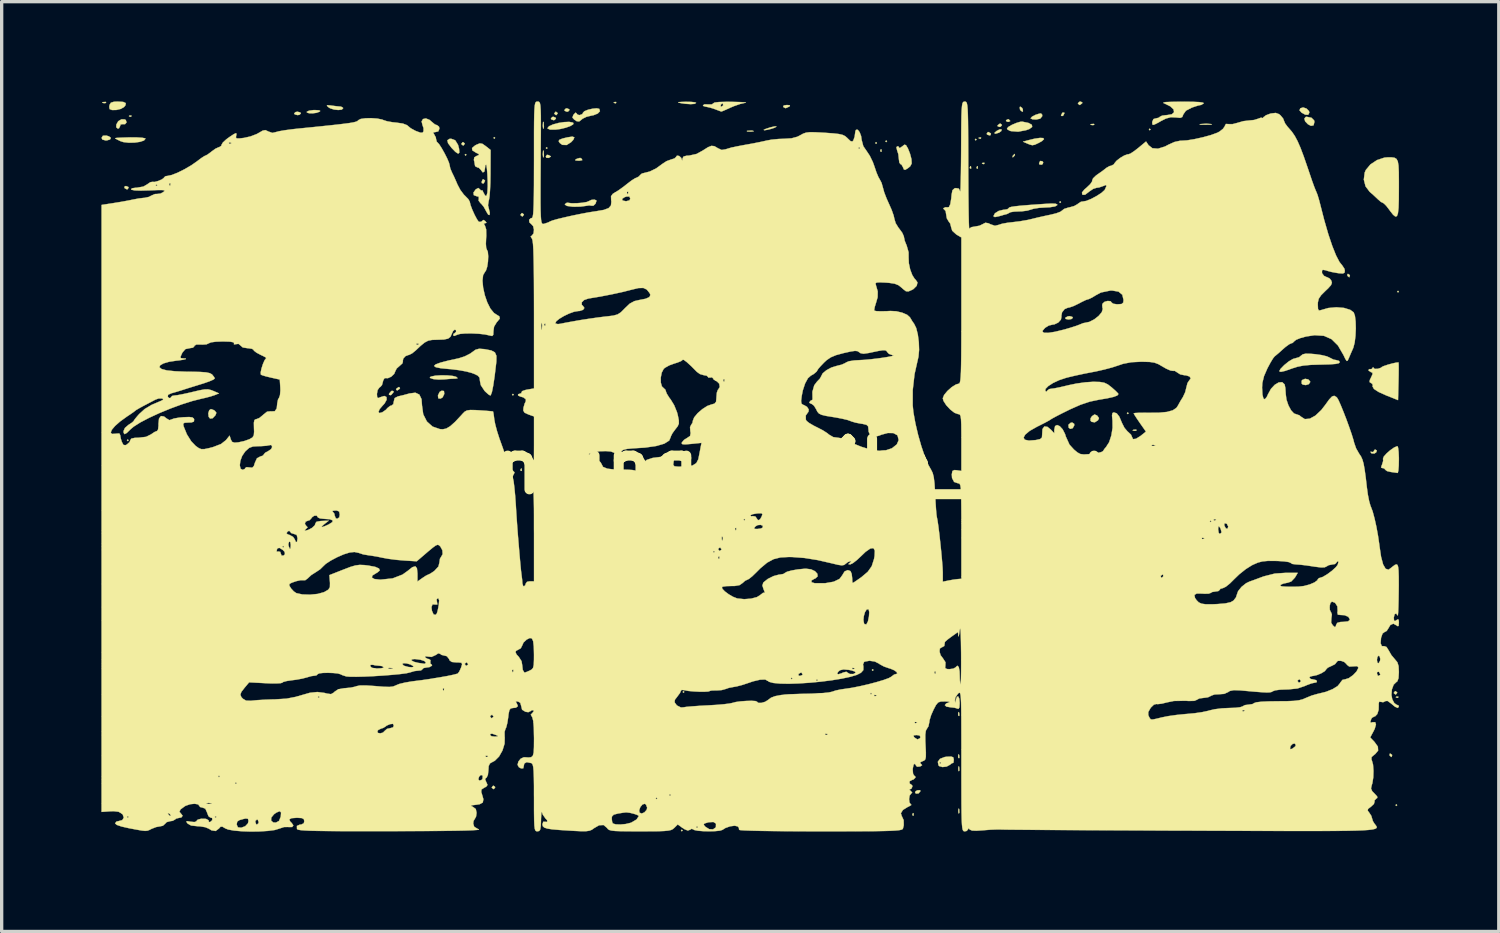
<source format=kicad_pcb>
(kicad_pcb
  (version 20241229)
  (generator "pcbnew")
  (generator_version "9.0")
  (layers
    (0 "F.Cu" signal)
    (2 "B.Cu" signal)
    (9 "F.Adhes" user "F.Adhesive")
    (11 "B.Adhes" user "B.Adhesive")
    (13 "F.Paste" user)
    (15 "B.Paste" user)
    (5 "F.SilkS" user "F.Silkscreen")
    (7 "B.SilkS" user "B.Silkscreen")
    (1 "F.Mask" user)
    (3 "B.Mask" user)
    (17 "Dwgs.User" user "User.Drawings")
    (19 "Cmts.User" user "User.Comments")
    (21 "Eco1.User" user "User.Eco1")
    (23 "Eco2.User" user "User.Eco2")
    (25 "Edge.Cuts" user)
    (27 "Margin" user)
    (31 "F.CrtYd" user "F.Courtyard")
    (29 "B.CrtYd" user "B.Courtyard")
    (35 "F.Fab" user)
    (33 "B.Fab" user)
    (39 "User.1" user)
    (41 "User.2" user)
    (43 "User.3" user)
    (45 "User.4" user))
  (footprint "blinking_white_guy"
    (layer "F.Cu")
    (at 19.512 10.978)
    (property "Reference" "blinking_white_guy" (at 0 0 0) (layer "F.SilkS") (effects (font (size 1.524 1.524) (thickness 0.3))))
    (attr through_hole)
    (fp_poly (pts (xy -18.694 -0.787) (xy -18.72 -0.762) (xy -18.745 -0.787) (xy -18.72 -0.813) (xy -18.694 -0.787)) (stroke (width 0.01) (type solid)) (fill yes) (layer "F.SilkS"))
    (fp_poly (pts (xy -8.534 -9.373) (xy -8.56 -9.347) (xy -8.585 -9.373) (xy -8.56 -9.398) (xy -8.534 -9.373)) (stroke (width 0.01) (type solid)) (fill yes) (layer "F.SilkS"))
    (fp_poly (pts (xy -7.671 -9.881) (xy -7.696 -9.855) (xy -7.722 -9.881) (xy -7.696 -9.906) (xy -7.671 -9.881)) (stroke (width 0.01) (type solid)) (fill yes) (layer "F.SilkS"))
    (fp_poly (pts (xy -7.112 -2.159) (xy -7.137 -2.134) (xy -7.163 -2.159) (xy -7.137 -2.184) (xy -7.112 -2.159)) (stroke (width 0.01) (type solid)) (fill yes) (layer "F.SilkS"))
    (fp_poly (pts (xy -6.096 -9.576) (xy -6.121 -9.55) (xy -6.147 -9.576) (xy -6.121 -9.601) (xy -6.096 -9.576)) (stroke (width 0.01) (type solid)) (fill yes) (layer "F.SilkS"))
    (fp_poly (pts (xy -2.032 10.947) (xy -2.057 10.973) (xy -2.083 10.947) (xy -2.057 10.922) (xy -2.032 10.947)) (stroke (width 0.01) (type solid)) (fill yes) (layer "F.SilkS"))
    (fp_poly (pts (xy -1.981 6.782) (xy -2.007 6.807) (xy -2.032 6.782) (xy -2.007 6.756) (xy -1.981 6.782)) (stroke (width 0.01) (type solid)) (fill yes) (layer "F.SilkS"))
    (fp_poly (pts (xy 3.708 6.121) (xy 3.683 6.147) (xy 3.658 6.121) (xy 3.683 6.096) (xy 3.708 6.121)) (stroke (width 0.01) (type solid)) (fill yes) (layer "F.SilkS"))
    (fp_poly (pts (xy 3.81 -9.728) (xy 3.785 -9.703) (xy 3.759 -9.728) (xy 3.785 -9.754) (xy 3.81 -9.728)) (stroke (width 0.01) (type solid)) (fill yes) (layer "F.SilkS"))
    (fp_poly (pts (xy 4.115 -9.779) (xy 4.089 -9.754) (xy 4.064 -9.779) (xy 4.089 -9.804) (xy 4.115 -9.779)) (stroke (width 0.01) (type solid)) (fill yes) (layer "F.SilkS"))
    (fp_poly (pts (xy 6.807 -9.83) (xy 6.782 -9.804) (xy 6.756 -9.83) (xy 6.782 -9.855) (xy 6.807 -9.83)) (stroke (width 0.01) (type solid)) (fill yes) (layer "F.SilkS"))
    (fp_poly (pts (xy 9.347 -7.95) (xy 9.322 -7.925) (xy 9.296 -7.95) (xy 9.322 -7.976) (xy 9.347 -7.95)) (stroke (width 0.01) (type solid)) (fill yes) (layer "F.SilkS"))
    (fp_poly (pts (xy 11.379 -1.6) (xy 11.354 -1.575) (xy 11.328 -1.6) (xy 11.354 -1.626) (xy 11.379 -1.6)) (stroke (width 0.01) (type solid)) (fill yes) (layer "F.SilkS"))
    (fp_poly (pts (xy 12.04 -10.135) (xy 12.014 -10.109) (xy 11.989 -10.135) (xy 12.014 -10.16) (xy 12.04 -10.135)) (stroke (width 0.01) (type solid)) (fill yes) (layer "F.SilkS"))
    (fp_poly (pts (xy 19.456 10.185) (xy 19.431 10.211) (xy 19.406 10.185) (xy 19.431 10.16) (xy 19.456 10.185)) (stroke (width 0.01) (type solid)) (fill yes) (layer "F.SilkS"))
    (fp_poly (pts (xy 19.507 -5.258) (xy 19.482 -5.232) (xy 19.456 -5.258) (xy 19.482 -5.283) (xy 19.507 -5.258)) (stroke (width 0.01) (type solid)) (fill yes) (layer "F.SilkS"))
    (fp_poly (pts (xy -19.369 -10.953) (xy -19.384 -10.93) (xy -19.435 -10.926) (xy -19.489 -10.938) (xy -19.466 -10.957) (xy -19.387 -10.963) (xy -19.369 -10.953)) (stroke (width 0.01) (type solid)) (fill yes) (layer "F.SilkS"))
    (fp_poly (pts (xy -18.61 -10.549) (xy -18.617 -10.519) (xy -18.644 -10.516) (xy -18.685 -10.534) (xy -18.677 -10.549) (xy -18.617 -10.556) (xy -18.61 -10.549)) (stroke (width 0.01) (type solid)) (fill yes) (layer "F.SilkS"))
    (fp_poly (pts (xy -6.875 0.068) (xy -6.869 0.128) (xy -6.875 0.135) (xy -6.905 0.128) (xy -6.909 0.102) (xy -6.89 0.06) (xy -6.875 0.068)) (stroke (width 0.01) (type solid)) (fill yes) (layer "F.SilkS"))
    (fp_poly (pts (xy -4.03 -10.956) (xy -4.037 -10.926) (xy -4.064 -10.922) (xy -4.106 -10.941) (xy -4.098 -10.956) (xy -4.038 -10.962) (xy -4.03 -10.956)) (stroke (width 0.01) (type solid)) (fill yes) (layer "F.SilkS"))
    (fp_poly (pts (xy 3.945 -9.533) (xy 3.952 -9.473) (xy 3.945 -9.466) (xy 3.915 -9.473) (xy 3.912 -9.5) (xy 3.93 -9.541) (xy 3.945 -9.533)) (stroke (width 0.01) (type solid)) (fill yes) (layer "F.SilkS"))
    (fp_poly (pts (xy 4.911 10.431) (xy 4.917 10.491) (xy 4.911 10.499) (xy 4.88 10.492) (xy 4.877 10.465) (xy 4.895 10.423) (xy 4.911 10.431)) (stroke (width 0.01) (type solid)) (fill yes) (layer "F.SilkS"))
    (fp_poly (pts (xy 6.282 9.03) (xy 6.289 9.134) (xy 6.282 9.157) (xy 6.264 9.163) (xy 6.256 9.093) (xy 6.264 9.021) (xy 6.282 9.03)) (stroke (width 0.01) (type solid)) (fill yes) (layer "F.SilkS"))
    (fp_poly (pts (xy 6.282 10.3) (xy 6.289 10.404) (xy 6.282 10.427) (xy 6.264 10.433) (xy 6.256 10.363) (xy 6.264 10.291) (xy 6.282 10.3)) (stroke (width 0.01) (type solid)) (fill yes) (layer "F.SilkS"))
    (fp_poly (pts (xy 6.283 7.407) (xy 6.289 7.487) (xy 6.279 7.505) (xy 6.256 7.489) (xy 6.252 7.438) (xy 6.265 7.384) (xy 6.283 7.407)) (stroke (width 0.01) (type solid)) (fill yes) (layer "F.SilkS"))
    (fp_poly (pts (xy 6.283 8.677) (xy 6.289 8.757) (xy 6.279 8.775) (xy 6.256 8.759) (xy 6.252 8.708) (xy 6.265 8.654) (xy 6.283 8.677)) (stroke (width 0.01) (type solid)) (fill yes) (layer "F.SilkS"))
    (fp_poly (pts (xy 6.638 -9.025) (xy 6.644 -8.965) (xy 6.638 -8.958) (xy 6.608 -8.965) (xy 6.604 -8.992) (xy 6.623 -9.033) (xy 6.638 -9.025)) (stroke (width 0.01) (type solid)) (fill yes) (layer "F.SilkS"))
    (fp_poly (pts (xy 6.841 -9.025) (xy 6.847 -8.965) (xy 6.841 -8.958) (xy 6.811 -8.965) (xy 6.807 -8.992) (xy 6.826 -9.033) (xy 6.841 -9.025)) (stroke (width 0.01) (type solid)) (fill yes) (layer "F.SilkS"))
    (fp_poly (pts (xy 6.943 -9.889) (xy 6.936 -9.859) (xy 6.909 -9.855) (xy 6.867 -9.874) (xy 6.875 -9.889) (xy 6.935 -9.895) (xy 6.943 -9.889)) (stroke (width 0.01) (type solid)) (fill yes) (layer "F.SilkS"))
    (fp_poly (pts (xy 7.044 -9.127) (xy 7.037 -9.097) (xy 7.01 -9.093) (xy 6.969 -9.112) (xy 6.977 -9.127) (xy 7.037 -9.133) (xy 7.044 -9.127)) (stroke (width 0.01) (type solid)) (fill yes) (layer "F.SilkS"))
    (fp_poly (pts (xy 10.349 -10.292) (xy 10.334 -10.269) (xy 10.283 -10.266) (xy 10.229 -10.278) (xy 10.252 -10.296) (xy 10.331 -10.302) (xy 10.349 -10.292)) (stroke (width 0.01) (type solid)) (fill yes) (layer "F.SilkS"))
    (fp_poly (pts (xy 11.619 -1.097) (xy 11.604 -1.074) (xy 11.553 -1.071) (xy 11.499 -1.083) (xy 11.522 -1.102) (xy 11.601 -1.108) (xy 11.619 -1.097)) (stroke (width 0.01) (type solid)) (fill yes) (layer "F.SilkS"))
    (fp_poly (pts (xy 19.49 6.926) (xy 19.483 6.956) (xy 19.456 6.96) (xy 19.415 6.941) (xy 19.423 6.926) (xy 19.483 6.92) (xy 19.49 6.926)) (stroke (width 0.01) (type solid)) (fill yes) (layer "F.SilkS"))
    (fp_poly (pts (xy 5.118 9.767) (xy 5.061 9.833) (xy 4.987 9.838) (xy 4.958 9.813) (xy 4.975 9.765) (xy 5.033 9.738) (xy 5.11 9.736) (xy 5.118 9.767)) (stroke (width 0.01) (type solid)) (fill yes) (layer "F.SilkS"))
    (fp_poly (pts (xy 7.776 -10.437) (xy 7.821 -10.388) (xy 7.77 -10.364) (xy 7.744 -10.363) (xy 7.692 -10.388) (xy 7.697 -10.415) (xy 7.758 -10.444) (xy 7.776 -10.437)) (stroke (width 0.01) (type solid)) (fill yes) (layer "F.SilkS"))
    (fp_poly (pts (xy 8.783 -9.18) (xy 8.811 -9.149) (xy 8.797 -9.096) (xy 8.763 -9.075) (xy 8.697 -9.083) (xy 8.687 -9.12) (xy 8.719 -9.187) (xy 8.783 -9.18)) (stroke (width 0.01) (type solid)) (fill yes) (layer "F.SilkS"))
    (fp_poly (pts (xy -18.704 -8.406) (xy -18.694 -8.382) (xy -18.731 -8.333) (xy -18.742 -8.331) (xy -18.811 -8.368) (xy -18.821 -8.382) (xy -18.81 -8.425) (xy -18.774 -8.433) (xy -18.704 -8.406)) (stroke (width 0.01) (type solid)) (fill yes) (layer "F.SilkS"))
    (fp_poly (pts (xy -13.532 -10.647) (xy -13.513 -10.617) (xy -13.555 -10.576) (xy -13.614 -10.566) (xy -13.697 -10.588) (xy -13.716 -10.617) (xy -13.673 -10.658) (xy -13.614 -10.668) (xy -13.532 -10.647)) (stroke (width 0.01) (type solid)) (fill yes) (layer "F.SilkS"))
    (fp_poly (pts (xy -10.726 -2.263) (xy -10.728 -2.232) (xy -10.793 -2.155) (xy -10.817 -2.143) (xy -10.864 -2.157) (xy -10.862 -2.188) (xy -10.797 -2.265) (xy -10.773 -2.276) (xy -10.726 -2.263)) (stroke (width 0.01) (type solid)) (fill yes) (layer "F.SilkS"))
    (fp_poly (pts (xy -10.533 -2.356) (xy -10.541 -2.337) (xy -10.608 -2.288) (xy -10.623 -2.286) (xy -10.651 -2.317) (xy -10.643 -2.337) (xy -10.575 -2.386) (xy -10.56 -2.388) (xy -10.533 -2.356)) (stroke (width 0.01) (type solid)) (fill yes) (layer "F.SilkS"))
    (fp_poly (pts (xy -8.587 -9.715) (xy -8.585 -9.703) (xy -8.624 -9.653) (xy -8.636 -9.652) (xy -8.685 -9.691) (xy -8.687 -9.703) (xy -8.648 -9.752) (xy -8.636 -9.754) (xy -8.587 -9.715)) (stroke (width 0.01) (type solid)) (fill yes) (layer "F.SilkS"))
    (fp_poly (pts (xy -7.977 -8.6) (xy -7.976 -8.588) (xy -8.013 -8.519) (xy -8.026 -8.509) (xy -8.07 -8.521) (xy -8.077 -8.557) (xy -8.051 -8.626) (xy -8.026 -8.636) (xy -7.977 -8.6)) (stroke (width 0.01) (type solid)) (fill yes) (layer "F.SilkS"))
    (fp_poly (pts (xy -7.672 9.64) (xy -7.671 9.652) (xy -7.709 9.701) (xy -7.722 9.703) (xy -7.771 9.664) (xy -7.772 9.652) (xy -7.734 9.603) (xy -7.722 9.601) (xy -7.672 9.64)) (stroke (width 0.01) (type solid)) (fill yes) (layer "F.SilkS"))
    (fp_poly (pts (xy -6.809 -7.581) (xy -6.807 -7.569) (xy -6.846 -7.52) (xy -6.858 -7.518) (xy -6.907 -7.557) (xy -6.909 -7.569) (xy -6.87 -7.619) (xy -6.858 -7.62) (xy -6.809 -7.581)) (stroke (width 0.01) (type solid)) (fill yes) (layer "F.SilkS"))
    (fp_poly (pts (xy -6.213 -10.351) (xy -6.205 -10.222) (xy -6.213 -10.173) (xy -6.228 -10.157) (xy -6.236 -10.227) (xy -6.237 -10.262) (xy -6.231 -10.354) (xy -6.218 -10.365) (xy -6.213 -10.351)) (stroke (width 0.01) (type solid)) (fill yes) (layer "F.SilkS"))
    (fp_poly (pts (xy -6.213 -9.487) (xy -6.205 -9.358) (xy -6.213 -9.309) (xy -6.228 -9.293) (xy -6.236 -9.364) (xy -6.237 -9.398) (xy -6.231 -9.49) (xy -6.218 -9.501) (xy -6.213 -9.487)) (stroke (width 0.01) (type solid)) (fill yes) (layer "F.SilkS"))
    (fp_poly (pts (xy -6.071 -9.366) (xy -6.004 -9.332) (xy -5.994 -9.322) (xy -6.034 -9.294) (xy -6.071 -9.278) (xy -6.136 -9.286) (xy -6.147 -9.322) (xy -6.113 -9.372) (xy -6.071 -9.366)) (stroke (width 0.01) (type solid)) (fill yes) (layer "F.SilkS"))
    (fp_poly (pts (xy -5.851 -10.488) (xy -5.842 -10.465) (xy -5.883 -10.42) (xy -5.918 -10.414) (xy -5.986 -10.441) (xy -5.994 -10.465) (xy -5.953 -10.51) (xy -5.918 -10.516) (xy -5.851 -10.488)) (stroke (width 0.01) (type solid)) (fill yes) (layer "F.SilkS"))
    (fp_poly (pts (xy -5.793 -10.629) (xy -5.791 -10.617) (xy -5.83 -10.568) (xy -5.842 -10.566) (xy -5.891 -10.605) (xy -5.893 -10.617) (xy -5.854 -10.667) (xy -5.842 -10.668) (xy -5.793 -10.629)) (stroke (width 0.01) (type solid)) (fill yes) (layer "F.SilkS"))
    (fp_poly (pts (xy -5.444 -10.742) (xy -5.436 -10.719) (xy -5.477 -10.674) (xy -5.512 -10.668) (xy -5.579 -10.695) (xy -5.588 -10.719) (xy -5.547 -10.764) (xy -5.512 -10.77) (xy -5.444 -10.742)) (stroke (width 0.01) (type solid)) (fill yes) (layer "F.SilkS"))
    (fp_poly (pts (xy -5.065 -9.251) (xy -5.051 -9.211) (xy -5.126 -9.197) (xy -5.159 -9.196) (xy -5.255 -9.202) (xy -5.261 -9.223) (xy -5.215 -9.252) (xy -5.115 -9.28) (xy -5.065 -9.251)) (stroke (width 0.01) (type solid)) (fill yes) (layer "F.SilkS"))
    (fp_poly (pts (xy 0.089 -10.093) (xy 0.105 -10.079) (xy 0.034 -10.071) (xy 0 -10.07) (xy -0.092 -10.075) (xy -0.103 -10.089) (xy -0.089 -10.093) (xy 0.04 -10.101) (xy 0.089 -10.093)) (stroke (width 0.01) (type solid)) (fill yes) (layer "F.SilkS"))
    (fp_poly (pts (xy 1.192 -10.863) (xy 1.191 -10.837) (xy 1.168 -10.82) (xy 1.066 -10.774) (xy 1.003 -10.803) (xy 0.991 -10.82) (xy 1.009 -10.857) (xy 1.102 -10.87) (xy 1.192 -10.863)) (stroke (width 0.01) (type solid)) (fill yes) (layer "F.SilkS"))
    (fp_poly (pts (xy 7.229 -10.021) (xy 7.239 -10.008) (xy 7.227 -9.964) (xy 7.191 -9.957) (xy 7.122 -9.983) (xy 7.112 -10.008) (xy 7.148 -10.057) (xy 7.16 -10.058) (xy 7.229 -10.021)) (stroke (width 0.01) (type solid)) (fill yes) (layer "F.SilkS"))
    (fp_poly (pts (xy 7.568 -10.274) (xy 7.569 -10.262) (xy 7.528 -10.217) (xy 7.49 -10.211) (xy 7.437 -10.235) (xy 7.442 -10.262) (xy 7.507 -10.31) (xy 7.521 -10.312) (xy 7.568 -10.274)) (stroke (width 0.01) (type solid)) (fill yes) (layer "F.SilkS"))
    (fp_poly (pts (xy 7.96 -9.365) (xy 7.95 -9.347) (xy 7.902 -9.299) (xy 7.893 -9.296) (xy 7.89 -9.329) (xy 7.899 -9.347) (xy 7.947 -9.396) (xy 7.956 -9.398) (xy 7.96 -9.365)) (stroke (width 0.01) (type solid)) (fill yes) (layer "F.SilkS"))
    (fp_poly (pts (xy 8.178 -10.78) (xy 8.197 -10.744) (xy 8.201 -10.679) (xy 8.183 -10.668) (xy 8.129 -10.708) (xy 8.11 -10.744) (xy 8.106 -10.81) (xy 8.124 -10.82) (xy 8.178 -10.78)) (stroke (width 0.01) (type solid)) (fill yes) (layer "F.SilkS"))
    (fp_poly (pts (xy 9.445 -10.64) (xy 9.449 -10.623) (xy 9.412 -10.551) (xy 9.398 -10.541) (xy 9.351 -10.543) (xy 9.347 -10.56) (xy 9.384 -10.632) (xy 9.398 -10.643) (xy 9.445 -10.64)) (stroke (width 0.01) (type solid)) (fill yes) (layer "F.SilkS"))
    (fp_poly (pts (xy 9.685 -4.499) (xy 9.703 -4.47) (xy 9.659 -4.433) (xy 9.573 -4.42) (xy 9.486 -4.436) (xy 9.474 -4.47) (xy 9.546 -4.513) (xy 9.604 -4.521) (xy 9.685 -4.499)) (stroke (width 0.01) (type solid)) (fill yes) (layer "F.SilkS"))
    (fp_poly (pts (xy 9.742 -1.282) (xy 9.745 -1.236) (xy 9.698 -1.151) (xy 9.625 -1.13) (xy 9.577 -1.166) (xy 9.569 -1.253) (xy 9.636 -1.313) (xy 9.684 -1.321) (xy 9.742 -1.282)) (stroke (width 0.01) (type solid)) (fill yes) (layer "F.SilkS"))
    (fp_poly (pts (xy 9.987 -10.948) (xy 9.982 -10.922) (xy 9.917 -10.873) (xy 9.903 -10.871) (xy 9.857 -10.91) (xy 9.855 -10.922) (xy 9.897 -10.967) (xy 9.934 -10.973) (xy 9.987 -10.948)) (stroke (width 0.01) (type solid)) (fill yes) (layer "F.SilkS"))
    (fp_poly (pts (xy 18.032 -5.754) (xy 18.034 -5.74) (xy 18.017 -5.691) (xy 18.012 -5.69) (xy 17.968 -5.725) (xy 17.958 -5.74) (xy 17.962 -5.787) (xy 17.98 -5.791) (xy 18.032 -5.754)) (stroke (width 0.01) (type solid)) (fill yes) (layer "F.SilkS"))
    (fp_poly (pts (xy 19.302 8.673) (xy 19.304 8.687) (xy 19.287 8.736) (xy 19.282 8.738) (xy 19.238 8.702) (xy 19.228 8.687) (xy 19.232 8.64) (xy 19.25 8.636) (xy 19.302 8.673)) (stroke (width 0.01) (type solid)) (fill yes) (layer "F.SilkS"))
    (fp_poly (pts (xy 19.455 6.795) (xy 19.456 6.807) (xy 19.418 6.857) (xy 19.406 6.858) (xy 19.356 6.819) (xy 19.355 6.807) (xy 19.393 6.758) (xy 19.406 6.756) (xy 19.455 6.795)) (stroke (width 0.01) (type solid)) (fill yes) (layer "F.SilkS"))
    (fp_poly (pts (xy -19.283 -9.926) (xy -19.227 -9.88) (xy -19.254 -9.833) (xy -19.349 -9.806) (xy -19.383 -9.804) (xy -19.483 -9.831) (xy -19.507 -9.881) (xy -19.468 -9.946) (xy -19.361 -9.95) (xy -19.283 -9.926)) (stroke (width 0.01) (type solid)) (fill yes) (layer "F.SilkS"))
    (fp_poly (pts (xy 7.558 -10.137) (xy 7.553 -10.09) (xy 7.485 -10.039) (xy 7.389 -10.01) (xy 7.367 -10.008) (xy 7.342 -10.028) (xy 7.406 -10.087) (xy 7.409 -10.089) (xy 7.503 -10.138) (xy 7.558 -10.137)) (stroke (width 0.01) (type solid)) (fill yes) (layer "F.SilkS"))
    (fp_poly (pts (xy 13.857 -10.298) (xy 13.885 -10.287) (xy 13.824 -10.28) (xy 13.691 -10.277) (xy 13.56 -10.28) (xy 13.51 -10.288) (xy 13.551 -10.298) (xy 13.552 -10.298) (xy 13.717 -10.307) (xy 13.857 -10.298)) (stroke (width 0.01) (type solid)) (fill yes) (layer "F.SilkS"))
    (fp_poly (pts (xy -16.147 -1.701) (xy -16.104 -1.677) (xy -16.055 -1.615) (xy -16.082 -1.541) (xy -16.167 -1.45) (xy -16.245 -1.441) (xy -16.287 -1.494) (xy -16.298 -1.597) (xy -16.27 -1.69) (xy -16.219 -1.726) (xy -16.147 -1.701)) (stroke (width 0.01) (type solid)) (fill yes) (layer "F.SilkS"))
    (fp_poly (pts (xy -9.211 -2.269) (xy -9.202 -2.19) (xy -9.203 -2.177) (xy -9.252 -2.077) (xy -9.313 -2.041) (xy -9.381 -2.049) (xy -9.391 -2.128) (xy -9.389 -2.141) (xy -9.341 -2.241) (xy -9.28 -2.277) (xy -9.211 -2.269)) (stroke (width 0.01) (type solid)) (fill yes) (layer "F.SilkS"))
    (fp_poly (pts (xy 10.429 -1.533) (xy 10.437 -1.526) (xy 10.488 -1.454) (xy 10.459 -1.39) (xy 10.362 -1.327) (xy 10.267 -1.342) (xy 10.233 -1.376) (xy 10.237 -1.452) (xy 10.278 -1.512) (xy 10.355 -1.564) (xy 10.429 -1.533)) (stroke (width 0.01) (type solid)) (fill yes) (layer "F.SilkS"))
    (fp_poly (pts (xy 16.729 -10.763) (xy 16.803 -10.689) (xy 16.815 -10.641) (xy 16.78 -10.576) (xy 16.691 -10.58) (xy 16.583 -10.639) (xy 16.519 -10.709) (xy 16.543 -10.771) (xy 16.543 -10.771) (xy 16.628 -10.797) (xy 16.729 -10.763)) (stroke (width 0.01) (type solid)) (fill yes) (layer "F.SilkS"))
    (fp_poly (pts (xy 16.783 -2.617) (xy 16.838 -2.556) (xy 16.84 -2.539) (xy 16.799 -2.476) (xy 16.709 -2.447) (xy 16.617 -2.462) (xy 16.585 -2.491) (xy 16.583 -2.573) (xy 16.6 -2.6) (xy 16.688 -2.636) (xy 16.783 -2.617)) (stroke (width 0.01) (type solid)) (fill yes) (layer "F.SilkS"))
    (fp_poly (pts (xy 16.88 -10.486) (xy 16.959 -10.405) (xy 16.967 -10.361) (xy 16.941 -10.259) (xy 16.863 -10.244) (xy 16.772 -10.292) (xy 16.689 -10.378) (xy 16.665 -10.461) (xy 16.704 -10.511) (xy 16.734 -10.516) (xy 16.88 -10.486)) (stroke (width 0.01) (type solid)) (fill yes) (layer "F.SilkS"))
    (fp_poly (pts (xy -12.964 -10.711) (xy -12.93 -10.691) (xy -12.954 -10.668) (xy -13.044 -10.635) (xy -13.16 -10.62) (xy -13.268 -10.623) (xy -13.332 -10.644) (xy -13.335 -10.668) (xy -13.269 -10.699) (xy -13.141 -10.717) (xy -13.091 -10.718) (xy -12.964 -10.711)) (stroke (width 0.01) (type solid)) (fill yes) (layer "F.SilkS"))
    (fp_poly (pts (xy -8.872 -9.809) (xy -8.787 -9.671) (xy -8.757 -9.558) (xy -8.747 -9.439) (xy -8.783 -9.407) (xy -8.866 -9.461) (xy -8.982 -9.581) (xy -9.088 -9.722) (xy -9.108 -9.811) (xy -9.043 -9.852) (xy -8.995 -9.855) (xy -8.872 -9.809)) (stroke (width 0.01) (type solid)) (fill yes) (layer "F.SilkS"))
    (fp_poly (pts (xy -5.289 -9.897) (xy -5.32 -9.825) (xy -5.385 -9.754) (xy -5.521 -9.667) (xy -5.652 -9.672) (xy -5.727 -9.727) (xy -5.762 -9.784) (xy -5.738 -9.825) (xy -5.641 -9.863) (xy -5.495 -9.898) (xy -5.347 -9.92) (xy -5.289 -9.897)) (stroke (width 0.01) (type solid)) (fill yes) (layer "F.SilkS"))
    (fp_poly (pts (xy -1.779 -10.964) (xy -1.664 -10.952) (xy -1.626 -10.935) (xy -1.671 -10.905) (xy -1.79 -10.896) (xy -1.957 -10.907) (xy -2.083 -10.926) (xy -2.162 -10.944) (xy -2.159 -10.956) (xy -2.068 -10.963) (xy -1.943 -10.966) (xy -1.779 -10.964)) (stroke (width 0.01) (type solid)) (fill yes) (layer "F.SilkS"))
    (fp_poly (pts (xy 8.78 -10.577) (xy 8.779 -10.53) (xy 8.718 -10.458) (xy 8.597 -10.434) (xy 8.485 -10.441) (xy 8.433 -10.468) (xy 8.433 -10.472) (xy 8.475 -10.519) (xy 8.574 -10.572) (xy 8.687 -10.609) (xy 8.745 -10.617) (xy 8.78 -10.577)) (stroke (width 0.01) (type solid)) (fill yes) (layer "F.SilkS"))
    (fp_poly (pts (xy 18.844 -0.48) (xy 18.826 -0.425) (xy 18.772 -0.389) (xy 18.688 -0.393) (xy 18.663 -0.416) (xy 18.659 -0.449) (xy 18.687 -0.437) (xy 18.739 -0.434) (xy 18.745 -0.454) (xy 18.782 -0.506) (xy 18.796 -0.508) (xy 18.844 -0.48)) (stroke (width 0.01) (type solid)) (fill yes) (layer "F.SilkS"))
    (fp_poly (pts (xy 0.788 -10.224) (xy 0.783 -10.214) (xy 0.722 -10.183) (xy 0.62 -10.15) (xy 0.511 -10.124) (xy 0.428 -10.111) (xy 0.405 -10.121) (xy 0.406 -10.123) (xy 0.467 -10.152) (xy 0.588 -10.192) (xy 0.631 -10.204) (xy 0.742 -10.228) (xy 0.788 -10.224)) (stroke (width 0.01) (type solid)) (fill yes) (layer "F.SilkS"))
    (fp_poly (pts (xy 8.812 -9.876) (xy 8.835 -9.844) (xy 8.775 -9.786) (xy 8.679 -9.732) (xy 8.56 -9.676) (xy 8.482 -9.661) (xy 8.396 -9.685) (xy 8.331 -9.712) (xy 8.204 -9.766) (xy 8.331 -9.803) (xy 8.551 -9.857) (xy 8.715 -9.881) (xy 8.812 -9.876)) (stroke (width 0.01) (type solid)) (fill yes) (layer "F.SilkS"))
    (fp_poly (pts (xy -18.857 -10.963) (xy -18.78 -10.928) (xy -18.788 -10.864) (xy -18.829 -10.812) (xy -18.926 -10.754) (xy -19.063 -10.721) (xy -19.193 -10.719) (xy -19.265 -10.747) (xy -19.277 -10.814) (xy -19.267 -10.874) (xy -19.227 -10.94) (xy -19.134 -10.968) (xy -19.027 -10.973) (xy -18.857 -10.963)) (stroke (width 0.01) (type solid)) (fill yes) (layer "F.SilkS"))
    (fp_poly (pts (xy -18.809 -10.437) (xy -18.778 -10.417) (xy -18.756 -10.346) (xy -18.802 -10.294) (xy -18.874 -10.295) (xy -18.938 -10.285) (xy -18.948 -10.242) (xy -18.983 -10.171) (xy -19.018 -10.16) (xy -19.066 -10.201) (xy -19.063 -10.282) (xy -19.007 -10.382) (xy -18.909 -10.44) (xy -18.809 -10.437)) (stroke (width 0.01) (type solid)) (fill yes) (layer "F.SilkS"))
    (fp_poly (pts (xy -12.623 -10.857) (xy -12.573 -10.85) (xy -12.428 -10.832) (xy -12.321 -10.822) (xy -12.306 -10.821) (xy -12.247 -10.788) (xy -12.243 -10.77) (xy -12.285 -10.731) (xy -12.389 -10.72) (xy -12.517 -10.734) (xy -12.635 -10.772) (xy -12.678 -10.799) (xy -12.732 -10.848) (xy -12.719 -10.865) (xy -12.623 -10.857)) (stroke (width 0.01) (type solid)) (fill yes) (layer "F.SilkS"))
    (fp_poly (pts (xy -5.337 -10.342) (xy -5.316 -10.328) (xy -5.327 -10.286) (xy -5.413 -10.236) (xy -5.55 -10.187) (xy -5.713 -10.148) (xy -5.855 -10.13) (xy -6.021 -10.131) (xy -6.092 -10.162) (xy -6.096 -10.176) (xy -6.05 -10.232) (xy -5.932 -10.285) (xy -5.773 -10.329) (xy -5.6 -10.356) (xy -5.445 -10.363) (xy -5.337 -10.342)) (stroke (width 0.01) (type solid)) (fill yes) (layer "F.SilkS"))
    (fp_poly (pts (xy 8.368 -10.331) (xy 8.469 -10.275) (xy 8.479 -10.211) (xy 8.395 -10.148) (xy 8.293 -10.112) (xy 8.057 -10.068) (xy 7.85 -10.084) (xy 7.811 -10.093) (xy 7.735 -10.135) (xy 7.722 -10.163) (xy 7.764 -10.212) (xy 7.869 -10.273) (xy 8 -10.329) (xy 8.121 -10.365) (xy 8.179 -10.37) (xy 8.368 -10.331)) (stroke (width 0.01) (type solid)) (fill yes) (layer "F.SilkS"))
    (fp_poly (pts (xy -18.442 -9.895) (xy -18.286 -9.885) (xy -18.198 -9.868) (xy -18.186 -9.857) (xy -18.232 -9.803) (xy -18.35 -9.763) (xy -18.511 -9.74) (xy -18.688 -9.736) (xy -18.85 -9.755) (xy -18.936 -9.782) (xy -19.045 -9.835) (xy -19.099 -9.869) (xy -19.101 -9.872) (xy -19.054 -9.881) (xy -18.928 -9.888) (xy -18.746 -9.894) (xy -18.644 -9.897) (xy -18.442 -9.895)) (stroke (width 0.01) (type solid)) (fill yes) (layer "F.SilkS"))
    (fp_poly (pts (xy -9.107 -2.738) (xy -8.944 -2.722) (xy -8.843 -2.695) (xy -8.839 -2.692) (xy -8.798 -2.655) (xy -8.847 -2.643) (xy -8.87 -2.642) (xy -8.988 -2.637) (xy -9.15 -2.624) (xy -9.2 -2.619) (xy -9.371 -2.613) (xy -9.52 -2.626) (xy -9.55 -2.634) (xy -9.634 -2.664) (xy -9.626 -2.69) (xy -9.584 -2.707) (xy -9.465 -2.731) (xy -9.293 -2.741) (xy -9.107 -2.738)) (stroke (width 0.01) (type solid)) (fill yes) (layer "F.SilkS"))
    (fp_poly (pts (xy -4.628 -8.002) (xy -4.624 -7.988) (xy -4.653 -7.902) (xy -4.715 -7.843) (xy -4.762 -7.841) (xy -4.843 -7.851) (xy -4.958 -7.834) (xy -5.101 -7.815) (xy -5.283 -7.811) (xy -5.35 -7.813) (xy -5.512 -7.835) (xy -5.573 -7.874) (xy -5.572 -7.89) (xy -5.513 -7.932) (xy -5.48 -7.929) (xy -5.37 -7.915) (xy -5.215 -7.917) (xy -5.051 -7.93) (xy -4.917 -7.953) (xy -4.854 -7.979) (xy -4.778 -8.016) (xy -4.687 -8.025) (xy -4.628 -8.002)) (stroke (width 0.01) (type solid)) (fill yes) (layer "F.SilkS"))
    (fp_poly (pts (xy 6.105 8.746) (xy 6.121 8.807) (xy 6.121 8.822) (xy 6.114 8.901) (xy 6.103 8.914) (xy 6.057 8.929) (xy 6.01 8.969) (xy 5.908 9.025) (xy 5.783 9.04) (xy 5.684 9.012) (xy 5.664 8.991) (xy 5.648 8.915) (xy 5.69 8.915) (xy 5.715 8.941) (xy 5.74 8.915) (xy 5.715 8.89) (xy 5.69 8.915) (xy 5.648 8.915) (xy 5.642 8.882) (xy 5.707 8.793) (xy 5.848 8.738) (xy 5.907 8.73) (xy 6.043 8.725) (xy 6.105 8.746)) (stroke (width 0.01) (type solid)) (fill yes) (layer "F.SilkS"))
    (fp_poly (pts (xy -4.54 -10.754) (xy -4.538 -10.753) (xy -4.52 -10.683) (xy -4.584 -10.615) (xy -4.71 -10.564) (xy -4.769 -10.553) (xy -4.922 -10.516) (xy -5.04 -10.459) (xy -5.057 -10.444) (xy -5.145 -10.375) (xy -5.222 -10.384) (xy -5.291 -10.43) (xy -5.346 -10.491) (xy -5.324 -10.561) (xy -5.303 -10.591) (xy -5.251 -10.642) (xy -5.232 -10.627) (xy -5.19 -10.578) (xy -5.131 -10.566) (xy -5.048 -10.597) (xy -5.029 -10.639) (xy -4.985 -10.685) (xy -4.876 -10.728) (xy -4.741 -10.759) (xy -4.616 -10.771) (xy -4.54 -10.754)) (stroke (width 0.01) (type solid)) (fill yes) (layer "F.SilkS"))
    (fp_poly (pts (xy 4.685 -9.662) (xy 4.741 -9.567) (xy 4.742 -9.566) (xy 4.805 -9.407) (xy 4.848 -9.244) (xy 4.856 -9.112) (xy 4.811 -9.026) (xy 4.754 -8.979) (xy 4.665 -8.922) (xy 4.623 -8.929) (xy 4.597 -8.992) (xy 4.552 -9.074) (xy 4.518 -9.093) (xy 4.485 -9.137) (xy 4.47 -9.244) (xy 4.47 -9.249) (xy 4.454 -9.394) (xy 4.419 -9.5) (xy 4.396 -9.596) (xy 4.419 -9.627) (xy 4.466 -9.619) (xy 4.47 -9.596) (xy 4.499 -9.575) (xy 4.568 -9.623) (xy 4.639 -9.677) (xy 4.685 -9.662)) (stroke (width 0.01) (type solid)) (fill yes) (layer "F.SilkS"))
    (fp_poly (pts (xy 19.484 -0.563) (xy 19.499 -0.439) (xy 19.507 -0.261) (xy 19.507 -0.203) (xy 19.503 -0.016) (xy 19.491 0.124) (xy 19.475 0.192) (xy 19.469 0.195) (xy 19.396 0.184) (xy 19.272 0.167) (xy 19.266 0.166) (xy 19.154 0.14) (xy 19.101 0.102) (xy 19.101 0.098) (xy 19.059 0.056) (xy 19.023 0.051) (xy 18.972 0.034) (xy 18.99 -0.032) (xy 19.001 -0.055) (xy 19.035 -0.167) (xy 19.03 -0.233) (xy 19.053 -0.296) (xy 19.135 -0.389) (xy 19.247 -0.488) (xy 19.363 -0.569) (xy 19.454 -0.609) (xy 19.464 -0.61) (xy 19.484 -0.563)) (stroke (width 0.01) (type solid)) (fill yes) (layer "F.SilkS"))
    (fp_poly (pts (xy 16.856 -3.388) (xy 16.99 -3.377) (xy 17.181 -3.35) (xy 17.338 -3.312) (xy 17.428 -3.272) (xy 17.428 -3.271) (xy 17.545 -3.212) (xy 17.619 -3.2) (xy 17.706 -3.175) (xy 17.729 -3.136) (xy 17.701 -3.105) (xy 17.607 -3.084) (xy 17.437 -3.071) (xy 17.178 -3.064) (xy 17.157 -3.064) (xy 16.859 -3.055) (xy 16.633 -3.034) (xy 16.452 -2.998) (xy 16.306 -2.951) (xy 16.087 -2.874) (xy 15.956 -2.845) (xy 15.91 -2.864) (xy 15.947 -2.933) (xy 16.059 -3.048) (xy 16.196 -3.159) (xy 16.322 -3.233) (xy 16.387 -3.251) (xy 16.508 -3.286) (xy 16.564 -3.332) (xy 16.619 -3.373) (xy 16.708 -3.392) (xy 16.856 -3.388)) (stroke (width 0.01) (type solid)) (fill yes) (layer "F.SilkS"))
    (fp_poly (pts (xy 19.288 -9.296) (xy 19.376 -9.284) (xy 19.436 -9.248) (xy 19.475 -9.173) (xy 19.496 -9.047) (xy 19.505 -8.855) (xy 19.507 -8.583) (xy 19.507 -8.377) (xy 19.505 -8.03) (xy 19.497 -7.778) (xy 19.479 -7.613) (xy 19.448 -7.528) (xy 19.401 -7.516) (xy 19.335 -7.569) (xy 19.247 -7.68) (xy 19.218 -7.721) (xy 19.127 -7.839) (xy 19.053 -7.912) (xy 19.03 -7.924) (xy 18.966 -7.957) (xy 18.874 -8.037) (xy 18.872 -8.039) (xy 18.745 -8.159) (xy 18.628 -8.261) (xy 18.505 -8.424) (xy 18.453 -8.628) (xy 18.48 -8.84) (xy 18.514 -8.917) (xy 18.652 -9.083) (xy 18.852 -9.215) (xy 19.074 -9.288) (xy 19.167 -9.296) (xy 19.288 -9.296)) (stroke (width 0.01) (type solid)) (fill yes) (layer "F.SilkS"))
    (fp_poly (pts (xy 19.496 -3.127) (xy 19.501 -3.074) (xy 19.502 -2.94) (xy 19.5 -2.747) (xy 19.496 -2.553) (xy 19.482 -1.995) (xy 19.133 -2.134) (xy 18.897 -2.24) (xy 18.758 -2.331) (xy 18.713 -2.41) (xy 18.723 -2.443) (xy 18.704 -2.489) (xy 18.671 -2.507) (xy 18.625 -2.539) (xy 18.634 -2.601) (xy 18.671 -2.677) (xy 18.716 -2.777) (xy 18.708 -2.822) (xy 18.669 -2.836) (xy 18.601 -2.878) (xy 18.593 -2.902) (xy 18.624 -2.93) (xy 18.639 -2.924) (xy 18.696 -2.934) (xy 18.711 -2.959) (xy 18.735 -2.99) (xy 18.741 -2.964) (xy 18.784 -2.934) (xy 18.874 -2.936) (xy 18.965 -2.967) (xy 18.999 -2.994) (xy 19.058 -3.022) (xy 19.173 -3.06) (xy 19.309 -3.097) (xy 19.428 -3.123) (xy 19.493 -3.129) (xy 19.496 -3.127)) (stroke (width 0.01) (type solid)) (fill yes) (layer "F.SilkS"))
    (fp_poly (pts (xy -7.999 -3.529) (xy -7.982 -3.526) (xy -7.788 -3.489) (xy -7.678 -3.43) (xy -7.633 -3.327) (xy -7.635 -3.159) (xy -7.641 -3.101) (xy -7.687 -2.714) (xy -7.73 -2.427) (xy -7.768 -2.238) (xy -7.803 -2.145) (xy -7.818 -2.134) (xy -7.874 -2.167) (xy -7.966 -2.25) (xy -7.991 -2.276) (xy -8.101 -2.443) (xy -8.128 -2.571) (xy -8.139 -2.666) (xy -8.188 -2.729) (xy -8.299 -2.784) (xy -8.373 -2.811) (xy -8.542 -2.857) (xy -8.77 -2.898) (xy -9.011 -2.927) (xy -9.059 -2.93) (xy -9.306 -2.954) (xy -9.456 -2.985) (xy -9.508 -3.023) (xy -9.461 -3.069) (xy -9.315 -3.123) (xy -9.069 -3.187) (xy -8.771 -3.251) (xy -8.587 -3.31) (xy -8.418 -3.396) (xy -8.371 -3.431) (xy -8.259 -3.511) (xy -8.151 -3.54) (xy -7.999 -3.529)) (stroke (width 0.01) (type solid)) (fill yes) (layer "F.SilkS"))
    (fp_poly (pts (xy 9.184 -7.901) (xy 9.232 -7.88) (xy 9.233 -7.86) (xy 9.169 -7.821) (xy 9.014 -7.796) (xy 8.878 -7.789) (xy 8.688 -7.777) (xy 8.527 -7.752) (xy 8.441 -7.726) (xy 8.329 -7.693) (xy 8.166 -7.673) (xy 8.089 -7.671) (xy 7.937 -7.664) (xy 7.83 -7.647) (xy 7.805 -7.635) (xy 7.725 -7.593) (xy 7.707 -7.588) (xy 7.618 -7.565) (xy 7.487 -7.527) (xy 7.48 -7.525) (xy 7.358 -7.5) (xy 7.316 -7.524) (xy 7.315 -7.529) (xy 7.36 -7.614) (xy 7.471 -7.684) (xy 7.611 -7.719) (xy 7.633 -7.72) (xy 7.734 -7.736) (xy 7.772 -7.768) (xy 7.79 -7.788) (xy 7.85 -7.806) (xy 7.964 -7.824) (xy 8.143 -7.843) (xy 8.398 -7.864) (xy 8.74 -7.888) (xy 8.856 -7.896) (xy 9.063 -7.906) (xy 9.184 -7.901)) (stroke (width 0.01) (type solid)) (fill yes) (layer "F.SilkS"))
    (fp_poly (pts (xy -0.546 -10.965) (xy -0.34 -10.96) (xy -0.196 -10.953) (xy -0.129 -10.945) (xy -0.15 -10.936) (xy -0.152 -10.936) (xy -0.301 -10.902) (xy -0.487 -10.837) (xy -0.594 -10.792) (xy -0.739 -10.726) (xy -0.841 -10.683) (xy -0.873 -10.674) (xy -0.926 -10.694) (xy -1.038 -10.736) (xy -1.067 -10.747) (xy -1.209 -10.793) (xy -1.323 -10.817) (xy -1.333 -10.818) (xy -1.409 -10.84) (xy -1.422 -10.862) (xy -1.406 -10.871) (xy -0.889 -10.871) (xy -0.885 -10.824) (xy -0.867 -10.82) (xy -0.815 -10.857) (xy -0.813 -10.871) (xy -0.83 -10.921) (xy -0.835 -10.922) (xy -0.879 -10.886) (xy -0.889 -10.871) (xy -1.406 -10.871) (xy -1.379 -10.885) (xy -1.274 -10.883) (xy -1.27 -10.882) (xy -1.157 -10.882) (xy -1.118 -10.916) (xy -1.073 -10.944) (xy -0.938 -10.96) (xy -0.708 -10.966) (xy -0.546 -10.965)) (stroke (width 0.01) (type solid)) (fill yes) (layer "F.SilkS"))
    (fp_poly (pts (xy 13.295 -10.967) (xy 13.505 -10.958) (xy 13.619 -10.941) (xy 13.64 -10.922) (xy 13.566 -10.873) (xy 13.55 -10.871) (xy 13.469 -10.854) (xy 13.336 -10.811) (xy 13.272 -10.788) (xy 13.103 -10.699) (xy 13.026 -10.592) (xy 13.024 -10.585) (xy 12.993 -10.509) (xy 12.931 -10.483) (xy 12.804 -10.496) (xy 12.799 -10.496) (xy 12.649 -10.503) (xy 12.502 -10.463) (xy 12.366 -10.395) (xy 12.215 -10.311) (xy 12.133 -10.274) (xy 12.098 -10.28) (xy 12.09 -10.329) (xy 12.09 -10.363) (xy 12.127 -10.448) (xy 12.189 -10.465) (xy 12.286 -10.488) (xy 12.319 -10.516) (xy 12.386 -10.55) (xy 12.51 -10.566) (xy 12.527 -10.566) (xy 12.678 -10.591) (xy 12.746 -10.653) (xy 12.731 -10.738) (xy 12.636 -10.829) (xy 12.482 -10.905) (xy 12.428 -10.929) (xy 12.429 -10.946) (xy 12.493 -10.958) (xy 12.633 -10.964) (xy 12.859 -10.968) (xy 12.995 -10.969) (xy 13.295 -10.967)) (stroke (width 0.01) (type solid)) (fill yes) (layer "F.SilkS"))
    (fp_poly (pts (xy -8.055 -9.704) (xy -7.952 -9.632) (xy -7.808 -9.517) (xy -7.811 -8.801) (xy -7.815 -8.535) (xy -7.826 -8.301) (xy -7.84 -8.119) (xy -7.858 -8.011) (xy -7.864 -7.996) (xy -7.886 -7.856) (xy -7.864 -7.765) (xy -7.831 -7.63) (xy -7.84 -7.562) (xy -7.879 -7.571) (xy -7.939 -7.67) (xy -7.944 -7.681) (xy -8.017 -7.813) (xy -8.094 -7.905) (xy -8.11 -7.916) (xy -8.169 -7.994) (xy -8.163 -8.046) (xy -8.165 -8.112) (xy -8.231 -8.128) (xy -8.314 -8.16) (xy -8.323 -8.237) (xy -8.257 -8.33) (xy -8.251 -8.334) (xy -8.179 -8.375) (xy -8.128 -8.333) (xy -8.125 -8.328) (xy -8.085 -8.29) (xy -8.075 -8.306) (xy -8.057 -8.306) (xy -8.025 -8.242) (xy -7.971 -8.142) (xy -7.931 -8.139) (xy -7.905 -8.233) (xy -7.894 -8.422) (xy -7.896 -8.586) (xy -7.905 -8.792) (xy -7.919 -8.958) (xy -7.935 -9.059) (xy -7.942 -9.077) (xy -7.966 -9.059) (xy -7.976 -8.975) (xy -7.995 -8.869) (xy -8.041 -8.842) (xy -8.092 -8.906) (xy -8.096 -8.915) (xy -8.163 -8.983) (xy -8.203 -8.992) (xy -8.271 -9.029) (xy -8.28 -9.064) (xy -8.298 -9.175) (xy -8.311 -9.216) (xy -8.298 -9.296) (xy -8.231 -9.337) (xy -8.157 -9.369) (xy -8.167 -9.396) (xy -8.251 -9.438) (xy -8.358 -9.507) (xy -8.366 -9.577) (xy -8.274 -9.654) (xy -8.239 -9.673) (xy -8.135 -9.716) (xy -8.055 -9.704)) (stroke (width 0.01) (type solid)) (fill yes) (layer "F.SilkS"))
    (fp_poly (pts (xy 6.477 -10.97) (xy 6.499 -10.956) (xy 6.515 -10.922) (xy 6.528 -10.856) (xy 6.538 -10.751) (xy 6.545 -10.597) (xy 6.55 -10.384) (xy 6.553 -10.103) (xy 6.555 -9.744) (xy 6.557 -9.297) (xy 6.557 -9.03) (xy 6.559 -8.6) (xy 6.561 -8.206) (xy 6.565 -7.859) (xy 6.569 -7.569) (xy 6.574 -7.348) (xy 6.58 -7.204) (xy 6.586 -7.149) (xy 6.587 -7.15) (xy 6.651 -7.197) (xy 6.751 -7.214) (xy 6.894 -7.24) (xy 6.987 -7.285) (xy 7.072 -7.329) (xy 7.16 -7.315) (xy 7.226 -7.283) (xy 7.359 -7.238) (xy 7.469 -7.265) (xy 7.574 -7.299) (xy 7.739 -7.329) (xy 7.888 -7.346) (xy 8.111 -7.373) (xy 8.341 -7.413) (xy 8.458 -7.44) (xy 8.654 -7.488) (xy 8.887 -7.54) (xy 9.034 -7.571) (xy 9.204 -7.613) (xy 9.329 -7.66) (xy 9.38 -7.698) (xy 9.442 -7.746) (xy 9.564 -7.785) (xy 9.598 -7.791) (xy 9.741 -7.831) (xy 9.846 -7.89) (xy 9.856 -7.901) (xy 9.948 -7.961) (xy 10.003 -7.968) (xy 10.106 -7.986) (xy 10.256 -8.047) (xy 10.42 -8.135) (xy 10.565 -8.229) (xy 10.657 -8.313) (xy 10.666 -8.328) (xy 10.713 -8.433) (xy 10.697 -8.465) (xy 10.621 -8.435) (xy 10.491 -8.39) (xy 10.42 -8.382) (xy 10.316 -8.349) (xy 10.195 -8.268) (xy 10.179 -8.254) (xy 10.071 -8.172) (xy 10 -8.17) (xy 9.986 -8.181) (xy 9.977 -8.239) (xy 10.046 -8.325) (xy 10.119 -8.388) (xy 10.225 -8.489) (xy 10.282 -8.573) (xy 10.284 -8.601) (xy 10.309 -8.663) (xy 10.398 -8.749) (xy 10.452 -8.788) (xy 10.585 -8.881) (xy 10.688 -8.96) (xy 10.71 -8.979) (xy 10.807 -9.034) (xy 10.851 -9.042) (xy 10.933 -9.083) (xy 10.954 -9.118) (xy 11.015 -9.192) (xy 11.125 -9.278) (xy 11.248 -9.351) (xy 11.347 -9.387) (xy 11.37 -9.387) (xy 11.434 -9.409) (xy 11.546 -9.483) (xy 11.663 -9.573) (xy 11.904 -9.773) (xy 11.978 -9.662) (xy 12.095 -9.57) (xy 12.264 -9.557) (xy 12.473 -9.622) (xy 12.575 -9.676) (xy 12.758 -9.758) (xy 12.931 -9.796) (xy 12.961 -9.796) (xy 13.137 -9.807) (xy 13.368 -9.845) (xy 13.618 -9.901) (xy 13.854 -9.966) (xy 14.041 -10.034) (xy 14.11 -10.069) (xy 14.217 -10.153) (xy 14.273 -10.233) (xy 14.275 -10.246) (xy 14.306 -10.301) (xy 14.384 -10.296) (xy 14.506 -10.295) (xy 14.651 -10.333) (xy 14.658 -10.335) (xy 14.831 -10.385) (xy 14.999 -10.404) (xy 15.155 -10.42) (xy 15.282 -10.46) (xy 15.285 -10.462) (xy 15.366 -10.491) (xy 15.393 -10.479) (xy 15.414 -10.478) (xy 15.437 -10.507) (xy 15.512 -10.562) (xy 15.64 -10.61) (xy 15.661 -10.615) (xy 15.804 -10.632) (xy 15.904 -10.595) (xy 15.948 -10.558) (xy 16.026 -10.464) (xy 16.053 -10.394) (xy 16.085 -10.317) (xy 16.166 -10.208) (xy 16.192 -10.18) (xy 16.289 -10.068) (xy 16.376 -9.941) (xy 16.459 -9.786) (xy 16.547 -9.586) (xy 16.645 -9.326) (xy 16.761 -8.991) (xy 16.821 -8.814) (xy 16.892 -8.604) (xy 16.957 -8.423) (xy 17.006 -8.299) (xy 17.021 -8.267) (xy 17.06 -8.17) (xy 17.107 -8.013) (xy 17.14 -7.886) (xy 17.262 -7.41) (xy 17.384 -6.988) (xy 17.504 -6.631) (xy 17.617 -6.348) (xy 17.721 -6.148) (xy 17.802 -6.048) (xy 17.869 -5.947) (xy 17.882 -5.883) (xy 17.871 -5.826) (xy 17.822 -5.803) (xy 17.71 -5.81) (xy 17.64 -5.82) (xy 17.478 -5.85) (xy 17.348 -5.885) (xy 17.313 -5.899) (xy 17.223 -5.914) (xy 17.195 -5.891) (xy 17.196 -5.812) (xy 17.256 -5.732) (xy 17.344 -5.69) (xy 17.353 -5.69) (xy 17.429 -5.649) (xy 17.474 -5.59) (xy 17.493 -5.524) (xy 17.466 -5.453) (xy 17.379 -5.355) (xy 17.298 -5.279) (xy 17.167 -5.148) (xy 17.097 -5.044) (xy 17.071 -4.935) (xy 17.069 -4.865) (xy 17.075 -4.737) (xy 17.102 -4.69) (xy 17.158 -4.7) (xy 17.384 -4.765) (xy 17.627 -4.787) (xy 17.856 -4.768) (xy 18.044 -4.71) (xy 18.147 -4.635) (xy 18.185 -4.533) (xy 18.206 -4.362) (xy 18.212 -4.15) (xy 18.202 -3.928) (xy 18.177 -3.724) (xy 18.137 -3.57) (xy 18.131 -3.556) (xy 18.062 -3.4) (xy 18.003 -3.261) (xy 17.999 -3.251) (xy 17.966 -3.181) (xy 17.937 -3.173) (xy 17.895 -3.238) (xy 17.84 -3.353) (xy 17.675 -3.638) (xy 17.483 -3.828) (xy 17.253 -3.929) (xy 16.973 -3.947) (xy 16.716 -3.908) (xy 16.547 -3.862) (xy 16.422 -3.812) (xy 16.371 -3.773) (xy 16.308 -3.713) (xy 16.282 -3.708) (xy 16.211 -3.676) (xy 16.098 -3.594) (xy 16.021 -3.527) (xy 15.899 -3.417) (xy 15.803 -3.336) (xy 15.771 -3.311) (xy 15.723 -3.251) (xy 15.647 -3.126) (xy 15.559 -2.962) (xy 15.555 -2.955) (xy 15.451 -2.716) (xy 15.401 -2.511) (xy 15.393 -2.371) (xy 15.404 -2.162) (xy 15.433 -2.044) (xy 15.478 -2.021) (xy 15.537 -2.095) (xy 15.571 -2.171) (xy 15.661 -2.334) (xy 15.775 -2.456) (xy 15.894 -2.527) (xy 15.999 -2.534) (xy 16.07 -2.468) (xy 16.073 -2.46) (xy 16.093 -2.358) (xy 16.103 -2.21) (xy 16.104 -2.182) (xy 16.126 -2.012) (xy 16.185 -1.838) (xy 16.265 -1.689) (xy 16.353 -1.594) (xy 16.407 -1.575) (xy 16.515 -1.538) (xy 16.561 -1.499) (xy 16.679 -1.424) (xy 16.829 -1.437) (xy 16.998 -1.53) (xy 17.175 -1.698) (xy 17.292 -1.849) (xy 17.412 -2.015) (xy 17.497 -2.104) (xy 17.563 -2.125) (xy 17.627 -2.089) (xy 17.647 -2.07) (xy 17.69 -1.997) (xy 17.756 -1.85) (xy 17.837 -1.652) (xy 17.925 -1.426) (xy 18.01 -1.193) (xy 18.085 -0.976) (xy 18.14 -0.799) (xy 18.162 -0.712) (xy 18.221 -0.544) (xy 18.311 -0.386) (xy 18.314 -0.382) (xy 18.369 -0.3) (xy 18.411 -0.206) (xy 18.446 -0.082) (xy 18.477 0.091) (xy 18.51 0.33) (xy 18.544 0.625) (xy 18.574 0.846) (xy 18.613 1.043) (xy 18.653 1.183) (xy 18.665 1.211) (xy 18.717 1.348) (xy 18.774 1.559) (xy 18.831 1.815) (xy 18.881 2.091) (xy 18.92 2.358) (xy 18.923 2.388) (xy 18.972 2.718) (xy 19.033 2.947) (xy 19.108 3.076) (xy 19.195 3.105) (xy 19.296 3.032) (xy 19.304 3.023) (xy 19.391 2.958) (xy 19.439 2.946) (xy 19.466 2.963) (xy 19.485 3.021) (xy 19.497 3.134) (xy 19.503 3.315) (xy 19.504 3.577) (xy 19.502 3.747) (xy 19.498 4.013) (xy 19.492 4.233) (xy 19.485 4.393) (xy 19.477 4.477) (xy 19.471 4.483) (xy 19.424 4.421) (xy 19.378 4.445) (xy 19.355 4.542) (xy 19.355 4.553) (xy 19.363 4.642) (xy 19.4 4.646) (xy 19.431 4.623) (xy 19.485 4.593) (xy 19.505 4.639) (xy 19.507 4.703) (xy 19.498 4.797) (xy 19.466 4.802) (xy 19.446 4.785) (xy 19.341 4.728) (xy 19.25 4.768) (xy 19.202 4.851) (xy 19.141 4.946) (xy 19.079 4.978) (xy 19.016 5.025) (xy 18.972 5.15) (xy 18.971 5.153) (xy 18.958 5.317) (xy 18.994 5.403) (xy 19.07 5.405) (xy 19.136 5.429) (xy 19.199 5.53) (xy 19.284 5.677) (xy 19.384 5.795) (xy 19.461 5.888) (xy 19.498 6.004) (xy 19.507 6.182) (xy 19.507 6.183) (xy 19.496 6.367) (xy 19.46 6.464) (xy 19.433 6.483) (xy 19.35 6.563) (xy 19.297 6.706) (xy 19.284 6.874) (xy 19.308 7.001) (xy 19.366 7.111) (xy 19.43 7.162) (xy 19.436 7.163) (xy 19.5 7.192) (xy 19.507 7.214) (xy 19.478 7.262) (xy 19.394 7.228) (xy 19.279 7.133) (xy 19.167 7.051) (xy 19.105 7.055) (xy 19.102 7.059) (xy 19.033 7.091) (xy 18.978 7.081) (xy 18.913 7.074) (xy 18.9 7.14) (xy 18.902 7.168) (xy 18.898 7.319) (xy 18.858 7.446) (xy 18.794 7.514) (xy 18.773 7.518) (xy 18.698 7.559) (xy 18.674 7.599) (xy 18.647 7.687) (xy 18.671 7.705) (xy 18.715 7.691) (xy 18.795 7.69) (xy 18.818 7.76) (xy 18.781 7.889) (xy 18.747 7.958) (xy 18.645 8.149) (xy 18.771 8.281) (xy 18.875 8.425) (xy 18.883 8.545) (xy 18.794 8.65) (xy 18.772 8.665) (xy 18.686 8.74) (xy 18.683 8.814) (xy 18.695 8.841) (xy 18.73 8.967) (xy 18.743 9.151) (xy 18.737 9.351) (xy 18.71 9.525) (xy 18.693 9.578) (xy 18.669 9.683) (xy 18.705 9.767) (xy 18.773 9.836) (xy 18.853 9.922) (xy 18.858 9.969) (xy 18.828 9.987) (xy 18.774 10.045) (xy 18.776 10.08) (xy 18.756 10.15) (xy 18.672 10.229) (xy 18.667 10.233) (xy 18.58 10.299) (xy 18.57 10.351) (xy 18.614 10.409) (xy 18.679 10.509) (xy 18.696 10.57) (xy 18.726 10.666) (xy 18.772 10.741) (xy 18.801 10.777) (xy 18.825 10.81) (xy 18.84 10.838) (xy 18.84 10.863) (xy 18.819 10.885) (xy 18.773 10.903) (xy 18.695 10.919) (xy 18.582 10.932) (xy 18.426 10.942) (xy 18.223 10.95) (xy 17.968 10.956) (xy 17.654 10.96) (xy 17.277 10.962) (xy 16.832 10.963) (xy 16.312 10.963) (xy 15.713 10.961) (xy 15.03 10.959) (xy 14.256 10.956) (xy 13.386 10.953) (xy 13.271 10.952) (xy 12.525 10.95) (xy 11.804 10.946) (xy 11.117 10.943) (xy 10.47 10.94) (xy 9.87 10.937) (xy 9.324 10.934) (xy 8.838 10.931) (xy 8.419 10.928) (xy 8.074 10.925) (xy 7.809 10.923) (xy 7.631 10.92) (xy 7.548 10.918) (xy 7.544 10.918) (xy 7.417 10.917) (xy 7.229 10.924) (xy 7.02 10.94) (xy 7.014 10.941) (xy 6.802 10.955) (xy 6.672 10.95) (xy 6.605 10.922) (xy 6.596 10.911) (xy 6.561 10.873) (xy 6.554 10.909) (xy 6.511 10.961) (xy 6.452 10.973) (xy 6.427 10.97) (xy 6.406 10.957) (xy 6.39 10.924) (xy 6.377 10.862) (xy 6.367 10.763) (xy 6.36 10.616) (xy 6.355 10.412) (xy 6.352 10.144) (xy 6.351 9.801) (xy 6.35 9.375) (xy 6.35 8.857) (xy 6.35 8.502) (xy 16.234 8.502) (xy 16.285 8.495) (xy 16.312 8.481) (xy 16.39 8.419) (xy 16.408 8.38) (xy 16.378 8.332) (xy 16.314 8.342) (xy 16.255 8.399) (xy 16.242 8.432) (xy 16.234 8.502) (xy 6.35 8.502) (xy 6.35 8.338) (xy 6.349 7.913) (xy 6.348 7.571) (xy 6.347 7.476) (xy 11.97 7.476) (xy 11.988 7.517) (xy 12.019 7.576) (xy 12.05 7.607) (xy 12.106 7.61) (xy 12.212 7.588) (xy 12.378 7.547) (xy 12.573 7.508) (xy 12.822 7.473) (xy 13.078 7.447) (xy 13.13 7.443) (xy 13.367 7.421) (xy 13.593 7.388) (xy 13.769 7.35) (xy 13.805 7.339) (xy 13.834 7.332) (xy 14.8 7.332) (xy 14.807 7.362) (xy 14.834 7.366) (xy 14.875 7.347) (xy 14.867 7.332) (xy 14.807 7.326) (xy 14.8 7.332) (xy 13.834 7.332) (xy 13.97 7.301) (xy 14.188 7.274) (xy 14.401 7.264) (xy 14.587 7.258) (xy 14.731 7.241) (xy 14.805 7.217) (xy 14.808 7.214) (xy 14.877 7.177) (xy 14.986 7.163) (xy 15.102 7.147) (xy 15.164 7.112) (xy 15.226 7.092) (xy 15.373 7.075) (xy 15.589 7.065) (xy 15.855 7.061) (xy 16.143 7.059) (xy 16.352 7.05) (xy 16.502 7.032) (xy 16.615 7.003) (xy 16.705 6.964) (xy 16.885 6.89) (xy 17.075 6.836) (xy 17.097 6.832) (xy 17.317 6.777) (xy 17.515 6.697) (xy 17.665 6.605) (xy 17.741 6.513) (xy 17.743 6.505) (xy 17.811 6.418) (xy 17.893 6.401) (xy 18.004 6.365) (xy 18.129 6.276) (xy 18.183 6.22) (xy 18.847 6.22) (xy 18.873 6.29) (xy 18.898 6.299) (xy 18.947 6.263) (xy 18.948 6.251) (xy 18.911 6.183) (xy 18.898 6.172) (xy 18.854 6.184) (xy 18.847 6.22) (xy 18.183 6.22) (xy 18.234 6.166) (xy 18.287 6.063) (xy 18.288 6.049) (xy 18.254 6.005) (xy 18.142 6.011) (xy 18.137 6.012) (xy 18.015 6.018) (xy 17.943 5.962) (xy 17.932 5.942) (xy 17.862 5.878) (xy 17.763 5.844) (xy 17.672 5.846) (xy 17.628 5.89) (xy 17.628 5.895) (xy 17.585 5.947) (xy 17.481 6) (xy 17.475 6.002) (xy 17.37 6.051) (xy 17.323 6.098) (xy 17.323 6.1) (xy 17.28 6.155) (xy 17.176 6.219) (xy 17.047 6.273) (xy 16.931 6.299) (xy 16.919 6.299) (xy 16.835 6.32) (xy 16.815 6.35) (xy 16.857 6.392) (xy 16.913 6.401) (xy 17.011 6.424) (xy 17.043 6.452) (xy 17.029 6.493) (xy 16.98 6.502) (xy 16.877 6.524) (xy 16.732 6.578) (xy 16.674 6.604) (xy 16.457 6.677) (xy 16.184 6.705) (xy 16.116 6.706) (xy 15.933 6.713) (xy 15.788 6.733) (xy 15.713 6.761) (xy 15.681 6.781) (xy 15.627 6.793) (xy 15.534 6.797) (xy 15.39 6.79) (xy 15.179 6.774) (xy 14.887 6.748) (xy 14.735 6.734) (xy 14.544 6.727) (xy 14.423 6.752) (xy 14.373 6.785) (xy 14.254 6.839) (xy 14.104 6.85) (xy 13.965 6.857) (xy 13.866 6.892) (xy 13.858 6.898) (xy 13.767 6.942) (xy 13.634 6.96) (xy 13.633 6.96) (xy 13.508 6.976) (xy 13.434 7.015) (xy 13.433 7.017) (xy 13.356 7.049) (xy 13.188 7.053) (xy 13.094 7.047) (xy 12.743 7.052) (xy 12.537 7.094) (xy 12.379 7.133) (xy 12.255 7.148) (xy 12.214 7.143) (xy 12.14 7.163) (xy 12.051 7.249) (xy 12.039 7.265) (xy 11.971 7.384) (xy 11.97 7.476) (xy 6.347 7.476) (xy 6.345 7.305) (xy 6.341 7.106) (xy 6.334 6.965) (xy 6.325 6.874) (xy 6.313 6.823) (xy 6.297 6.805) (xy 6.277 6.809) (xy 6.253 6.829) (xy 6.248 6.833) (xy 6.174 6.94) (xy 6.154 7.031) (xy 6.161 7.102) (xy 6.172 7.076) (xy 6.183 7.023) (xy 6.217 6.925) (xy 6.257 6.917) (xy 6.288 6.989) (xy 6.299 7.115) (xy 6.29 7.248) (xy 6.259 7.291) (xy 6.239 7.284) (xy 6.147 7.256) (xy 6.023 7.243) (xy 5.899 7.222) (xy 5.853 7.178) (xy 5.894 7.128) (xy 5.953 7.104) (xy 6.002 7.083) (xy 5.959 7.071) (xy 5.856 7.066) (xy 5.73 7.069) (xy 5.65 7.098) (xy 5.586 7.176) (xy 5.513 7.314) (xy 5.44 7.479) (xy 5.394 7.628) (xy 5.385 7.693) (xy 5.359 7.816) (xy 5.316 7.883) (xy 5.281 7.947) (xy 5.265 8.068) (xy 5.266 8.262) (xy 5.272 8.388) (xy 5.282 8.6) (xy 5.281 8.733) (xy 5.266 8.807) (xy 5.231 8.845) (xy 5.181 8.865) (xy 5.107 8.9) (xy 5.127 8.938) (xy 5.135 8.944) (xy 5.17 8.984) (xy 5.113 9.021) (xy 5.107 9.023) (xy 5.017 9.03) (xy 4.99 9.001) (xy 4.951 8.94) (xy 4.914 8.968) (xy 4.89 9.073) (xy 4.887 9.119) (xy 4.896 9.236) (xy 4.926 9.295) (xy 4.933 9.296) (xy 4.97 9.333) (xy 4.966 9.36) (xy 4.903 9.419) (xy 4.877 9.423) (xy 4.801 9.463) (xy 4.788 9.487) (xy 4.8 9.544) (xy 4.822 9.55) (xy 4.871 9.591) (xy 4.877 9.627) (xy 4.843 9.695) (xy 4.813 9.704) (xy 4.786 9.722) (xy 4.826 9.758) (xy 4.872 9.809) (xy 4.839 9.838) (xy 4.793 9.899) (xy 4.777 10.002) (xy 4.789 10.105) (xy 4.829 10.162) (xy 4.839 10.164) (xy 4.841 10.184) (xy 4.767 10.227) (xy 4.735 10.241) (xy 4.592 10.33) (xy 4.53 10.429) (xy 4.559 10.522) (xy 4.565 10.529) (xy 4.614 10.638) (xy 4.617 10.79) (xy 4.592 10.892) (xy 4.577 10.911) (xy 4.54 10.926) (xy 4.475 10.939) (xy 4.371 10.949) (xy 4.222 10.957) (xy 4.019 10.963) (xy 3.752 10.968) (xy 3.415 10.97) (xy 2.999 10.972) (xy 2.495 10.973) (xy 2.1 10.973) (xy 1.579 10.972) (xy 1.104 10.969) (xy 0.682 10.965) (xy 0.323 10.96) (xy 0.034 10.953) (xy -0.177 10.945) (xy -0.302 10.936) (xy -0.334 10.928) (xy -0.343 10.862) (xy -0.374 10.826) (xy -0.466 10.804) (xy -0.604 10.822) (xy -0.746 10.872) (xy -0.836 10.929) (xy -0.911 10.953) (xy -1.053 10.967) (xy -1.231 10.972) (xy -1.416 10.968) (xy -1.575 10.955) (xy -1.68 10.934) (xy -1.703 10.92) (xy -1.76 10.896) (xy -1.806 10.924) (xy -1.877 10.95) (xy -1.974 10.91) (xy -2.028 10.874) (xy -2.068 10.846) (xy -1.626 10.846) (xy -1.6 10.871) (xy -1.575 10.846) (xy -1.6 10.82) (xy -1.626 10.846) (xy -2.068 10.846) (xy -2.171 10.772) (xy -1.401 10.772) (xy -1.353 10.832) (xy -1.35 10.835) (xy -1.234 10.907) (xy -1.119 10.914) (xy -1.039 10.856) (xy -1.033 10.842) (xy -1.03 10.742) (xy -1.106 10.692) (xy -1.25 10.7) (xy -1.27 10.705) (xy -1.378 10.738) (xy -1.401 10.772) (xy -2.171 10.772) (xy -2.18 10.766) (xy -2.284 10.869) (xy -2.327 10.906) (xy -2.382 10.933) (xy -2.464 10.951) (xy -2.588 10.963) (xy -2.77 10.97) (xy -3.025 10.972) (xy -3.315 10.973) (xy -3.644 10.972) (xy -3.887 10.969) (xy -4.057 10.963) (xy -4.169 10.951) (xy -4.239 10.932) (xy -4.28 10.905) (xy -4.306 10.871) (xy -4.409 10.783) (xy -4.545 10.79) (xy -4.697 10.878) (xy -4.762 10.925) (xy -4.833 10.954) (xy -4.929 10.968) (xy -5.072 10.97) (xy -5.285 10.96) (xy -5.427 10.952) (xy -5.735 10.932) (xy -5.955 10.913) (xy -6.103 10.89) (xy -6.191 10.861) (xy -6.235 10.823) (xy -6.248 10.771) (xy -6.248 10.759) (xy -6.224 10.685) (xy -6.172 10.686) (xy -6.106 10.69) (xy -6.107 10.641) (xy -6.155 10.586) (xy -4.166 10.586) (xy -4.152 10.691) (xy -4.132 10.736) (xy -4.049 10.763) (xy -3.907 10.768) (xy -3.744 10.753) (xy -3.6 10.718) (xy -3.571 10.707) (xy -3.419 10.617) (xy -3.355 10.522) (xy -3.354 10.509) (xy -3.396 10.48) (xy -3.499 10.445) (xy -3.622 10.415) (xy -3.724 10.403) (xy -3.734 10.403) (xy -3.814 10.412) (xy -3.947 10.433) (xy -3.975 10.437) (xy -4.104 10.471) (xy -4.158 10.526) (xy -4.166 10.586) (xy -6.155 10.586) (xy -6.169 10.569) (xy -6.239 10.47) (xy -6.264 10.398) (xy -6.275 10.387) (xy -6.285 10.463) (xy -6.292 10.608) (xy -6.292 10.63) (xy -6.299 10.813) (xy -6.315 10.916) (xy -6.346 10.962) (xy -6.401 10.973) (xy -6.435 10.969) (xy -6.461 10.948) (xy -6.479 10.897) (xy -6.491 10.804) (xy -6.498 10.654) (xy -6.501 10.435) (xy -6.502 10.34) (xy -3.34 10.34) (xy -3.33 10.409) (xy -3.267 10.438) (xy -3.184 10.404) (xy -3.117 10.33) (xy -3.099 10.265) (xy -3.132 10.173) (xy -3.169 10.144) (xy -3.238 10.163) (xy -3.304 10.241) (xy -3.34 10.34) (xy -6.502 10.34) (xy -6.502 10.133) (xy -6.502 9.982) (xy -2.845 9.982) (xy -2.819 10.008) (xy -2.794 9.982) (xy -2.819 9.957) (xy -2.845 9.982) (xy -6.502 9.982) (xy -6.502 9.962) (xy -6.503 9.881) (xy -2.438 9.881) (xy -2.413 9.906) (xy -2.388 9.881) (xy -2.413 9.855) (xy -2.438 9.881) (xy -6.503 9.881) (xy -6.503 9.612) (xy -6.507 9.351) (xy -6.514 9.166) (xy -6.525 9.042) (xy -6.542 8.969) (xy -6.566 8.931) (xy -6.583 8.921) (xy -6.723 8.892) (xy -6.796 8.936) (xy -6.807 8.992) (xy -6.826 9.078) (xy -6.892 9.08) (xy -6.957 9.045) (xy -6.997 8.972) (xy -6.972 8.875) (xy -6.903 8.789) (xy -6.808 8.745) (xy -6.786 8.745) (xy -6.666 8.753) (xy -6.586 8.743) (xy -6.537 8.698) (xy -6.512 8.603) (xy -6.504 8.441) (xy -6.502 8.196) (xy -6.502 8.164) (xy -6.503 8.121) (xy 4.914 8.121) (xy 4.938 8.151) (xy 5.029 8.209) (xy 5.101 8.176) (xy 5.119 8.138) (xy 5.092 8.091) (xy 5.006 8.077) (xy 4.917 8.085) (xy 4.914 8.121) (xy -6.503 8.121) (xy -6.505 8.043) (xy 2.252 8.043) (xy 2.259 8.074) (xy 2.286 8.077) (xy 2.328 8.059) (xy 2.32 8.043) (xy 2.26 8.037) (xy 2.252 8.043) (xy -6.505 8.043) (xy -6.508 7.861) (xy -6.522 7.688) (xy 4.945 7.688) (xy 4.952 7.718) (xy 4.978 7.722) (xy 5.02 7.703) (xy 5.012 7.688) (xy 4.952 7.682) (xy 4.945 7.688) (xy -6.522 7.688) (xy -6.525 7.655) (xy -6.554 7.543) (xy -6.565 7.526) (xy -6.6 7.464) (xy -6.554 7.417) (xy -6.51 7.36) (xy -6.519 7.332) (xy -6.575 7.33) (xy -6.596 7.353) (xy -6.674 7.39) (xy -6.76 7.377) (xy -6.861 7.315) (xy -6.885 7.214) (xy -6.916 7.104) (xy -6.936 7.094) (xy -2.275 7.094) (xy -2.214 7.176) (xy -2.202 7.189) (xy -2.084 7.248) (xy -2.012 7.244) (xy -1.921 7.23) (xy -1.753 7.215) (xy -1.531 7.199) (xy -1.278 7.185) (xy -1.27 7.185) (xy -1.018 7.17) (xy -0.795 7.151) (xy -0.626 7.13) (xy -0.535 7.111) (xy -0.533 7.11) (xy -0.434 7.084) (xy -0.286 7.064) (xy -0.118 7.052) (xy 0.04 7.048) (xy 0.157 7.055) (xy 0.203 7.074) (xy 0.203 7.074) (xy 0.243 7.11) (xy 0.337 7.11) (xy 0.448 7.078) (xy 0.539 7.021) (xy 0.544 7.016) (xy 0.627 6.954) (xy 0.749 6.908) (xy 0.922 6.875) (xy 3.725 6.875) (xy 3.732 6.905) (xy 3.759 6.909) (xy 3.801 6.89) (xy 3.793 6.875) (xy 3.733 6.869) (xy 3.725 6.875) (xy 0.922 6.875) (xy 0.925 6.874) (xy 1.168 6.853) (xy 1.491 6.84) (xy 1.702 6.836) (xy 1.831 6.833) (xy 3.607 6.833) (xy 3.632 6.858) (xy 3.658 6.833) (xy 3.632 6.807) (xy 3.607 6.833) (xy 1.831 6.833) (xy 1.959 6.829) (xy 2.186 6.815) (xy 2.36 6.797) (xy 2.458 6.776) (xy 2.464 6.774) (xy 2.57 6.738) (xy 2.734 6.704) (xy 2.857 6.687) (xy 3.063 6.656) (xy 3.303 6.608) (xy 3.555 6.55) (xy 3.797 6.486) (xy 4.008 6.423) (xy 4.165 6.366) (xy 4.245 6.322) (xy 4.247 6.319) (xy 4.328 6.258) (xy 4.366 6.248) (xy 4.423 6.23) (xy 4.41 6.198) (xy 5.537 6.198) (xy 5.556 6.239) (xy 5.571 6.231) (xy 5.577 6.171) (xy 5.571 6.164) (xy 5.541 6.171) (xy 5.537 6.198) (xy 4.41 6.198) (xy 4.405 6.184) (xy 4.33 6.129) (xy 4.215 6.08) (xy 4.18 6.071) (xy 4.022 6.016) (xy 3.894 5.947) (xy 3.875 5.931) (xy 3.747 5.866) (xy 3.586 5.843) (xy 3.445 5.869) (xy 3.423 5.881) (xy 3.392 5.954) (xy 3.403 6.019) (xy 3.401 6.125) (xy 3.33 6.204) (xy 3.205 6.268) (xy 3.006 6.327) (xy 2.747 6.382) (xy 2.447 6.431) (xy 2.122 6.472) (xy 1.787 6.504) (xy 1.461 6.525) (xy 1.159 6.535) (xy 0.898 6.53) (xy 0.695 6.511) (xy 0.565 6.476) (xy 0.531 6.448) (xy 0.487 6.426) (xy 1.981 6.426) (xy 2.007 6.452) (xy 2.032 6.426) (xy 2.007 6.401) (xy 1.981 6.426) (xy 0.487 6.426) (xy 0.449 6.407) (xy 0.294 6.413) (xy 0.083 6.463) (xy -0.051 6.509) (xy -0.235 6.57) (xy -0.407 6.615) (xy -0.488 6.629) (xy -0.635 6.656) (xy -0.742 6.693) (xy -0.857 6.725) (xy -1.01 6.736) (xy -1.029 6.735) (xy -1.151 6.737) (xy -1.216 6.75) (xy -1.219 6.755) (xy -1.265 6.769) (xy -1.382 6.775) (xy -1.54 6.774) (xy -1.71 6.765) (xy -1.862 6.751) (xy -1.966 6.731) (xy -1.968 6.731) (xy -2.057 6.719) (xy -2.083 6.743) (xy -2.113 6.813) (xy -2.184 6.909) (xy -2.266 7.017) (xy -2.275 7.094) (xy -6.936 7.094) (xy -6.983 7.069) (xy -7.051 7.066) (xy -7.033 7.11) (xy -7.022 7.124) (xy -6.987 7.207) (xy -7.045 7.254) (xy -7.139 7.264) (xy -7.204 7.277) (xy -7.243 7.329) (xy -7.268 7.446) (xy -7.279 7.547) (xy -7.305 7.715) (xy -7.338 7.846) (xy -7.361 7.893) (xy -7.388 7.982) (xy -7.386 8.12) (xy -7.383 8.147) (xy -7.388 8.337) (xy -7.451 8.541) (xy -7.554 8.723) (xy -7.682 8.851) (xy -7.734 8.878) (xy -7.826 8.929) (xy -7.866 9.01) (xy -7.874 9.135) (xy -7.889 9.275) (xy -7.927 9.355) (xy -7.938 9.362) (xy -7.975 9.398) (xy -7.947 9.475) (xy -7.937 9.494) (xy -7.901 9.578) (xy -7.94 9.631) (xy -7.996 9.659) (xy -8.083 9.716) (xy -8.089 9.794) (xy -8.073 9.84) (xy -8.025 10.006) (xy -8.043 10.106) (xy -8.135 10.157) (xy -8.242 10.174) (xy -8.367 10.189) (xy -8.4 10.206) (xy -8.352 10.231) (xy -8.344 10.234) (xy -8.253 10.302) (xy -8.23 10.417) (xy -8.246 10.532) (xy -8.28 10.592) (xy -8.321 10.662) (xy -8.331 10.74) (xy -8.301 10.836) (xy -8.196 10.899) (xy -8.166 10.909) (xy -8.159 10.922) (xy -8.224 10.932) (xy -8.363 10.941) (xy -8.582 10.949) (xy -8.883 10.955) (xy -9.272 10.96) (xy -9.751 10.964) (xy -10.325 10.966) (xy -10.802 10.968) (xy -11.419 10.968) (xy -11.941 10.968) (xy -12.376 10.967) (xy -12.732 10.964) (xy -13.017 10.96) (xy -13.237 10.955) (xy -13.4 10.947) (xy -13.513 10.938) (xy -13.585 10.926) (xy -13.622 10.912) (xy -13.631 10.902) (xy -13.633 10.811) (xy -13.547 10.772) (xy -13.504 10.77) (xy -13.426 10.73) (xy -13.411 10.668) (xy -13.426 10.605) (xy -13.488 10.574) (xy -13.623 10.566) (xy -13.64 10.566) (xy -13.799 10.578) (xy -13.862 10.616) (xy -13.832 10.682) (xy -13.793 10.718) (xy -13.74 10.794) (xy -13.774 10.843) (xy -13.877 10.845) (xy -13.891 10.842) (xy -14.02 10.844) (xy -14.165 10.892) (xy -14.165 10.892) (xy -14.298 10.933) (xy -14.503 10.96) (xy -14.752 10.976) (xy -15.022 10.98) (xy -15.287 10.971) (xy -15.521 10.951) (xy -15.699 10.919) (xy -15.781 10.887) (xy -15.877 10.831) (xy -15.931 10.836) (xy -15.976 10.887) (xy -16.077 10.963) (xy -16.202 10.943) (xy -16.278 10.895) (xy -16.388 10.849) (xy -16.548 10.823) (xy -16.615 10.82) (xy -16.813 10.799) (xy -16.859 10.773) (xy -15.443 10.773) (xy -15.407 10.853) (xy -15.309 10.865) (xy -15.186 10.819) (xy -15.106 10.734) (xy -15.095 10.693) (xy -14.884 10.693) (xy -14.857 10.761) (xy -14.834 10.77) (xy -14.789 10.728) (xy -14.783 10.693) (xy -14.8 10.65) (xy -14.409 10.65) (xy -14.344 10.706) (xy -14.264 10.71) (xy -14.171 10.66) (xy -14.119 10.533) (xy -14.118 10.528) (xy -14.109 10.406) (xy -14.152 10.367) (xy -14.252 10.41) (xy -14.321 10.459) (xy -14.403 10.559) (xy -14.409 10.65) (xy -14.8 10.65) (xy -14.81 10.626) (xy -14.834 10.617) (xy -14.879 10.658) (xy -14.884 10.693) (xy -15.095 10.693) (xy -15.088 10.665) (xy -15.104 10.596) (xy -15.172 10.587) (xy -15.227 10.598) (xy -15.363 10.636) (xy -15.426 10.679) (xy -15.443 10.749) (xy -15.443 10.773) (xy -16.859 10.773) (xy -16.923 10.736) (xy -16.96 10.681) (xy -16.93 10.667) (xy -16.828 10.684) (xy -16.716 10.694) (xy -16.663 10.677) (xy -16.662 10.673) (xy -16.619 10.624) (xy -16.515 10.595) (xy -16.391 10.596) (xy -16.358 10.602) (xy -16.289 10.641) (xy -16.285 10.673) (xy -16.272 10.696) (xy -16.231 10.687) (xy -16.177 10.634) (xy -16.182 10.573) (xy -16.241 10.552) (xy -16.246 10.552) (xy -16.261 10.541) (xy -16.104 10.541) (xy -16.078 10.566) (xy -16.053 10.541) (xy -16.078 10.516) (xy -16.104 10.541) (xy -16.261 10.541) (xy -16.293 10.517) (xy -16.332 10.416) (xy -16.332 10.413) (xy -16.386 10.293) (xy -16.463 10.262) (xy -16.544 10.242) (xy -16.561 10.217) (xy -16.603 10.163) (xy -16.709 10.143) (xy -16.846 10.158) (xy -16.981 10.205) (xy -17.005 10.219) (xy -17.132 10.313) (xy -17.167 10.384) (xy -17.12 10.439) (xy -17.07 10.504) (xy -17.107 10.555) (xy -17.167 10.566) (xy -17.265 10.59) (xy -17.297 10.617) (xy -17.368 10.657) (xy -17.447 10.668) (xy -17.551 10.697) (xy -17.595 10.744) (xy -17.663 10.805) (xy -17.74 10.821) (xy -17.869 10.845) (xy -18.002 10.897) (xy -18.072 10.933) (xy -18.13 10.954) (xy -18.199 10.96) (xy -18.301 10.949) (xy -18.459 10.921) (xy -18.682 10.879) (xy -18.908 10.828) (xy -19.051 10.779) (xy -19.101 10.734) (xy -19.101 10.733) (xy -19.059 10.679) (xy -19.005 10.668) (xy -18.885 10.636) (xy -18.837 10.559) (xy -18.844 10.541) (xy -18.745 10.541) (xy -18.72 10.566) (xy -18.694 10.541) (xy -18.72 10.516) (xy -18.745 10.541) (xy -18.844 10.541) (xy -18.874 10.463) (xy -18.895 10.442) (xy -18.918 10.429) (xy -17.518 10.429) (xy -17.505 10.457) (xy -17.454 10.511) (xy -17.425 10.5) (xy -17.424 10.493) (xy -17.46 10.45) (xy -17.483 10.435) (xy -17.518 10.429) (xy -18.918 10.429) (xy -18.996 10.385) (xy -19.145 10.367) (xy -19.25 10.371) (xy -19.507 10.389) (xy -19.507 10.141) (xy -16.365 10.141) (xy -16.297 10.15) (xy -16.281 10.15) (xy -16.195 10.145) (xy -16.187 10.129) (xy -16.192 10.127) (xy -16.292 10.117) (xy -16.344 10.125) (xy -16.365 10.141) (xy -19.507 10.141) (xy -19.507 9.525) (xy -15.494 9.525) (xy -15.469 9.55) (xy -15.443 9.525) (xy -15.469 9.5) (xy -15.494 9.525) (xy -19.507 9.525) (xy -19.507 9.411) (xy -8.178 9.411) (xy -8.146 9.447) (xy -8.083 9.43) (xy -8.052 9.398) (xy -8.045 9.313) (xy -8.055 9.291) (xy -8.102 9.278) (xy -8.154 9.329) (xy -8.178 9.411) (xy -19.507 9.411) (xy -19.507 9.322) (xy -16.002 9.322) (xy -15.977 9.347) (xy -15.951 9.322) (xy -15.977 9.296) (xy -16.002 9.322) (xy -19.507 9.322) (xy -19.507 8.704) (xy -7.959 8.704) (xy -7.952 8.734) (xy -7.925 8.738) (xy -7.883 8.719) (xy -7.891 8.704) (xy -7.951 8.698) (xy -7.959 8.704) (xy -19.507 8.704) (xy -19.507 8.077) (xy -7.823 8.077) (xy -7.779 8.113) (xy -7.684 8.124) (xy -7.593 8.118) (xy -7.596 8.1) (xy -7.645 8.077) (xy -7.764 8.035) (xy -7.816 8.045) (xy -7.823 8.077) (xy -19.507 8.077) (xy -19.507 7.963) (xy -11.214 7.963) (xy -11.197 8.013) (xy -11.127 8.026) (xy -11.045 8.004) (xy -10.991 7.95) (xy -10.923 7.891) (xy -10.84 7.874) (xy -10.741 7.846) (xy -10.719 7.794) (xy -10.744 7.74) (xy -10.833 7.75) (xy -10.933 7.793) (xy -10.973 7.824) (xy -11.039 7.865) (xy -11.096 7.881) (xy -11.187 7.925) (xy -11.214 7.963) (xy -19.507 7.963) (xy -19.507 7.518) (xy -7.823 7.518) (xy -7.785 7.568) (xy -7.772 7.569) (xy -7.723 7.531) (xy -7.722 7.518) (xy -7.76 7.469) (xy -7.772 7.468) (xy -7.822 7.506) (xy -7.823 7.518) (xy -19.507 7.518) (xy -19.507 6.863) (xy -15.334 6.863) (xy -15.304 6.935) (xy -15.257 6.986) (xy -15.162 7.042) (xy -15.018 7.047) (xy -14.965 7.041) (xy -14.817 7.027) (xy -14.606 7.015) (xy -14.371 7.006) (xy -14.3 7.005) (xy -13.946 6.983) (xy -13.694 6.934) (xy -13.005 6.934) (xy -12.979 6.96) (xy -12.954 6.934) (xy -12.979 6.909) (xy -13.005 6.934) (xy -13.694 6.934) (xy -13.646 6.925) (xy -13.513 6.884) (xy -13.241 6.806) (xy -13.017 6.783) (xy -12.801 6.811) (xy -12.73 6.83) (xy -12.607 6.847) (xy -12.522 6.799) (xy -12.501 6.775) (xy -12.397 6.706) (xy -9.246 6.706) (xy -9.227 6.747) (xy -9.212 6.739) (xy -9.206 6.679) (xy -9.212 6.672) (xy -9.242 6.679) (xy -9.246 6.706) (xy -12.397 6.706) (xy -12.391 6.701) (xy -12.207 6.668) (xy -12.178 6.667) (xy -12.013 6.651) (xy -11.879 6.622) (xy -11.844 6.608) (xy -11.74 6.587) (xy -11.548 6.586) (xy -11.281 6.604) (xy -11.258 6.606) (xy -11.014 6.626) (xy -10.849 6.63) (xy -10.739 6.617) (xy -10.663 6.587) (xy -10.651 6.58) (xy -10.55 6.54) (xy -10.38 6.499) (xy -10.172 6.464) (xy -10.109 6.456) (xy -9.858 6.424) (xy -9.593 6.385) (xy -9.536 6.375) (xy 1.219 6.375) (xy 1.245 6.401) (xy 1.27 6.375) (xy 1.245 6.35) (xy 1.219 6.375) (xy -9.536 6.375) (xy -9.334 6.342) (xy -9.103 6.301) (xy -8.922 6.263) (xy -8.866 6.248) (xy 1.448 6.248) (xy 1.459 6.292) (xy 1.496 6.299) (xy 1.565 6.273) (xy 1.575 6.248) (xy 1.561 6.23) (xy 2.611 6.23) (xy 2.647 6.25) (xy 2.743 6.222) (xy 2.794 6.197) (xy 2.891 6.174) (xy 2.921 6.197) (xy 2.996 6.241) (xy 3.101 6.242) (xy 3.173 6.201) (xy 3.146 6.167) (xy 3.044 6.133) (xy 2.968 6.118) (xy 2.804 6.104) (xy 2.701 6.128) (xy 2.652 6.166) (xy 2.611 6.23) (xy 1.561 6.23) (xy 1.538 6.199) (xy 1.527 6.198) (xy 1.458 6.235) (xy 1.448 6.248) (xy -8.866 6.248) (xy -8.812 6.234) (xy -8.793 6.226) (xy -8.746 6.162) (xy -8.739 6.147) (xy -7.163 6.147) (xy -7.144 6.189) (xy -7.129 6.181) (xy -7.123 6.12) (xy -7.129 6.113) (xy -7.159 6.12) (xy -7.163 6.147) (xy -8.739 6.147) (xy -8.695 6.047) (xy -8.694 6.045) (xy -8.665 5.946) (xy -8.666 5.944) (xy -8.585 5.944) (xy -8.547 5.993) (xy -8.534 5.994) (xy -8.485 5.956) (xy -8.484 5.944) (xy -8.522 5.894) (xy -8.534 5.893) (xy -8.584 5.931) (xy -8.585 5.944) (xy -8.666 5.944) (xy -8.685 5.903) (xy -8.777 5.893) (xy -8.836 5.893) (xy -8.973 5.88) (xy -9.041 5.832) (xy -9.057 5.791) (xy -9.124 5.706) (xy -9.187 5.69) (xy -9.287 5.666) (xy -9.324 5.635) (xy -9.383 5.62) (xy -9.452 5.667) (xy -9.584 5.728) (xy -9.68 5.719) (xy -9.772 5.708) (xy -9.78 5.738) (xy -9.706 5.786) (xy -9.669 5.791) (xy -9.614 5.824) (xy -9.62 5.867) (xy -9.619 5.933) (xy -9.597 5.944) (xy -9.568 5.975) (xy -9.576 5.994) (xy -9.646 6.034) (xy -9.731 6.045) (xy -9.825 6.063) (xy -9.855 6.095) (xy -9.898 6.132) (xy -9.97 6.139) (xy -10.099 6.154) (xy -10.236 6.195) (xy -10.339 6.219) (xy -10.521 6.243) (xy -10.76 6.266) (xy -11.034 6.288) (xy -11.32 6.306) (xy -11.597 6.319) (xy -11.841 6.325) (xy -12.032 6.324) (xy -12.146 6.315) (xy -12.149 6.314) (xy -12.264 6.277) (xy -12.319 6.25) (xy -12.398 6.226) (xy -12.533 6.212) (xy -12.693 6.206) (xy -12.846 6.209) (xy -12.96 6.222) (xy -13.005 6.244) (xy -13.047 6.284) (xy -13.094 6.291) (xy -13.204 6.306) (xy -13.335 6.344) (xy -13.473 6.38) (xy -13.66 6.414) (xy -13.78 6.429) (xy -13.936 6.452) (xy -14.042 6.48) (xy -14.072 6.502) (xy -14.119 6.517) (xy -14.245 6.525) (xy -14.43 6.524) (xy -14.571 6.518) (xy -15.07 6.492) (xy -15.206 6.654) (xy -15.303 6.779) (xy -15.334 6.863) (xy -19.507 6.863) (xy -19.507 6.081) (xy -10.89 6.081) (xy -10.82 6.088) (xy -10.748 6.08) (xy -10.757 6.062) (xy -10.861 6.056) (xy -10.884 6.062) (xy -10.89 6.081) (xy -19.507 6.081) (xy -19.507 6.002) (xy -11.43 6.002) (xy -11.381 6.054) (xy -11.239 6.078) (xy -11.227 6.078) (xy -11.099 6.073) (xy -11.029 6.05) (xy -11.024 6.04) (xy -11.067 6.005) (xy -11.146 5.994) (xy -11.278 5.982) (xy -11.35 5.964) (xy -11.418 5.967) (xy -11.43 6.002) (xy -19.507 6.002) (xy -19.507 5.939) (xy -10.465 5.939) (xy -10.417 5.992) (xy -10.288 6.029) (xy -10.188 6.039) (xy -10.126 6.028) (xy -10.137 6.001) (xy -10.219 5.955) (xy -10.328 5.924) (xy -10.423 5.916) (xy -10.465 5.938) (xy -10.465 5.939) (xy -19.507 5.939) (xy -19.507 5.805) (xy -10.185 5.805) (xy -10.182 5.838) (xy -10.112 5.875) (xy -9.989 5.906) (xy -9.982 5.907) (xy -9.862 5.925) (xy -9.792 5.936) (xy -9.754 5.906) (xy -9.754 5.899) (xy -9.799 5.851) (xy -9.915 5.813) (xy -10.07 5.793) (xy -10.107 5.792) (xy -10.185 5.805) (xy -19.507 5.805) (xy -19.507 5.584) (xy -7.061 5.584) (xy -7.026 5.656) (xy -6.96 5.727) (xy -6.878 5.855) (xy -6.858 5.972) (xy -6.841 6.119) (xy -6.795 6.193) (xy -6.776 6.198) (xy -6.724 6.179) (xy -6.632 6.139) (xy -6.568 6.103) (xy -6.536 6.062) (xy 3.065 6.062) (xy 3.072 6.092) (xy 3.099 6.096) (xy 3.141 6.077) (xy 3.133 6.062) (xy 3.072 6.056) (xy 3.065 6.062) (xy -6.536 6.062) (xy -6.529 6.053) (xy -6.51 5.965) (xy -6.504 5.815) (xy -6.503 5.669) (xy -6.505 5.566) (xy 5.692 5.566) (xy 5.726 5.678) (xy 5.794 5.768) (xy 5.872 5.888) (xy 5.869 5.979) (xy 5.862 6.062) (xy 5.915 6.092) (xy 5.99 6.096) (xy 6.108 6.08) (xy 6.172 6.045) (xy 6.229 5.992) (xy 6.272 6.033) (xy 6.295 6.162) (xy 6.299 6.274) (xy 6.303 6.427) (xy 6.314 6.528) (xy 6.325 6.553) (xy 6.332 6.505) (xy 6.334 6.452) (xy 16.459 6.452) (xy 16.498 6.501) (xy 16.51 6.502) (xy 16.559 6.464) (xy 16.561 6.452) (xy 16.522 6.402) (xy 16.51 6.401) (xy 16.461 6.439) (xy 16.459 6.452) (xy 6.334 6.452) (xy 6.338 6.371) (xy 6.342 6.167) (xy 6.343 5.908) (xy 6.343 5.82) (xy 18.847 5.82) (xy 18.863 5.906) (xy 18.898 5.918) (xy 18.94 5.847) (xy 18.948 5.788) (xy 18.927 5.707) (xy 18.898 5.69) (xy 18.86 5.733) (xy 18.847 5.82) (xy 6.343 5.82) (xy 6.342 5.611) (xy 6.342 5.601) (xy 6.337 5.279) (xy 6.331 5.048) (xy 6.322 4.911) (xy 6.311 4.871) (xy 6.299 4.928) (xy 6.28 5.057) (xy 6.264 5.114) (xy 6.257 5.093) (xy 6.248 4.979) (xy 6.05 5.119) (xy 5.935 5.205) (xy 5.864 5.267) (xy 5.853 5.283) (xy 5.836 5.399) (xy 5.769 5.436) (xy 5.766 5.436) (xy 5.704 5.474) (xy 5.692 5.566) (xy -6.505 5.566) (xy -6.509 5.417) (xy -6.528 5.255) (xy -6.565 5.173) (xy -6.627 5.159) (xy -6.718 5.203) (xy -6.725 5.207) (xy -6.819 5.296) (xy -6.858 5.385) (xy -6.901 5.469) (xy -6.96 5.501) (xy -7.042 5.546) (xy -7.061 5.584) (xy -19.507 5.584) (xy -19.507 4.625) (xy 3.404 4.625) (xy 3.423 4.721) (xy 3.438 4.742) (xy 3.493 4.75) (xy 3.54 4.66) (xy 3.571 4.509) (xy 3.579 4.38) (xy 3.562 4.299) (xy 3.555 4.292) (xy 3.5 4.303) (xy 3.45 4.383) (xy 3.416 4.501) (xy 3.404 4.625) (xy -19.507 4.625) (xy -19.507 4.228) (xy -9.587 4.228) (xy -9.572 4.341) (xy -9.525 4.447) (xy -9.466 4.465) (xy -9.428 4.427) (xy -9.404 4.354) (xy -9.376 4.222) (xy -9.373 4.204) (xy 17.425 4.204) (xy 17.43 4.312) (xy 17.465 4.387) (xy 17.471 4.391) (xy 17.492 4.455) (xy 17.478 4.56) (xy 17.47 4.697) (xy 17.521 4.78) (xy 17.584 4.833) (xy 17.611 4.805) (xy 17.618 4.767) (xy 17.655 4.703) (xy 17.752 4.677) (xy 17.834 4.674) (xy 17.979 4.659) (xy 18.033 4.612) (xy 18.034 4.603) (xy 17.989 4.523) (xy 17.876 4.473) (xy 17.748 4.466) (xy 17.672 4.457) (xy 17.658 4.391) (xy 17.665 4.346) (xy 17.657 4.206) (xy 17.589 4.101) (xy 17.494 4.064) (xy 17.448 4.106) (xy 17.425 4.204) (xy -9.373 4.204) (xy -9.368 4.173) (xy -9.355 4.028) (xy -9.379 3.966) (xy -9.395 3.962) (xy -9.433 4.001) (xy -9.421 4.072) (xy -9.408 4.15) (xy -9.454 4.155) (xy -9.467 4.15) (xy -9.555 4.149) (xy -9.587 4.228) (xy -19.507 4.228) (xy -19.507 3.535) (xy -13.86 3.535) (xy -13.859 3.587) (xy -13.806 3.672) (xy -13.726 3.758) (xy -13.649 3.81) (xy -13.469 3.849) (xy -13.24 3.856) (xy -13.008 3.833) (xy -12.82 3.781) (xy -12.802 3.772) (xy -12.688 3.705) (xy -12.641 3.632) (xy -12.641 3.626) (xy -0.849 3.626) (xy -0.84 3.678) (xy -0.765 3.756) (xy -0.649 3.843) (xy -0.517 3.92) (xy -0.395 3.968) (xy -0.384 3.97) (xy -0.181 3.991) (xy 0.026 3.975) (xy 0.202 3.929) (xy 0.305 3.864) (xy 13.358 3.864) (xy 13.376 3.954) (xy 13.424 4.023) (xy 13.489 4.088) (xy 13.574 4.127) (xy 13.701 4.145) (xy 13.893 4.145) (xy 14.039 4.139) (xy 14.285 4.119) (xy 14.447 4.083) (xy 14.535 4.033) (xy 14.609 3.936) (xy 14.631 3.866) (xy 14.672 3.75) (xy 14.776 3.621) (xy 14.913 3.512) (xy 15.011 3.464) (xy 15.146 3.416) (xy 15.326 3.349) (xy 15.442 3.306) (xy 15.778 3.221) (xy 16.093 3.2) (xy 16.465 3.2) (xy 16.381 3.342) (xy 16.271 3.459) (xy 16.171 3.494) (xy 16.036 3.522) (xy 15.96 3.554) (xy 15.934 3.586) (xy 15.987 3.606) (xy 16.126 3.616) (xy 16.357 3.617) (xy 16.485 3.615) (xy 16.654 3.595) (xy 16.825 3.549) (xy 16.968 3.488) (xy 17.055 3.424) (xy 17.069 3.392) (xy 17.108 3.355) (xy 17.126 3.353) (xy 17.221 3.321) (xy 17.356 3.24) (xy 17.497 3.135) (xy 17.613 3.029) (xy 17.666 2.959) (xy 17.69 2.874) (xy 17.674 2.845) (xy 17.629 2.884) (xy 17.628 2.896) (xy 17.584 2.935) (xy 17.511 2.946) (xy 17.393 2.97) (xy 17.335 3.005) (xy 17.274 3.034) (xy 17.158 3.036) (xy 16.969 3.013) (xy 16.922 3.005) (xy 16.719 2.975) (xy 16.535 2.954) (xy 16.416 2.946) (xy 16.303 2.932) (xy 16.248 2.898) (xy 16.193 2.875) (xy 16.06 2.855) (xy 15.876 2.843) (xy 15.797 2.841) (xy 15.568 2.84) (xy 15.404 2.855) (xy 15.267 2.891) (xy 15.12 2.955) (xy 15.086 2.972) (xy 14.903 3.087) (xy 14.705 3.245) (xy 14.56 3.385) (xy 14.425 3.519) (xy 14.303 3.617) (xy 14.22 3.657) (xy 14.216 3.658) (xy 14.138 3.68) (xy 14.122 3.708) (xy 14.079 3.747) (xy 13.998 3.759) (xy 13.893 3.776) (xy 13.847 3.804) (xy 13.784 3.825) (xy 13.658 3.828) (xy 13.59 3.823) (xy 13.428 3.821) (xy 13.358 3.864) (xy 0.305 3.864) (xy 0.311 3.86) (xy 0.385 3.8) (xy 0.43 3.799) (xy 0.438 3.786) (xy 0.407 3.706) (xy 0.403 3.697) (xy 0.366 3.581) (xy 0.391 3.5) (xy 0.404 3.482) (xy 0.529 3.382) (xy 0.7 3.297) (xy 0.864 3.253) (xy 0.894 3.251) (xy 0.997 3.233) (xy 1.039 3.205) (xy 1.107 3.166) (xy 1.248 3.128) (xy 1.431 3.096) (xy 1.626 3.077) (xy 1.676 3.075) (xy 1.829 3.094) (xy 1.948 3.15) (xy 2.018 3.226) (xy 2.027 3.305) (xy 1.958 3.368) (xy 1.93 3.378) (xy 1.841 3.43) (xy 1.846 3.483) (xy 1.943 3.512) (xy 1.943 3.512) (xy 2.26 3.51) (xy 2.511 3.466) (xy 2.687 3.381) (xy 2.777 3.26) (xy 2.78 3.25) (xy 2.84 3.155) (xy 2.934 3.117) (xy 3.014 3.146) (xy 3.051 3.23) (xy 3.065 3.351) (xy 3.07 3.459) (xy 3.081 3.505) (xy 3.082 3.505) (xy 3.129 3.478) (xy 3.233 3.407) (xy 3.344 3.329) (xy 3.535 3.168) (xy 3.654 3) (xy 3.723 2.784) (xy 3.74 2.692) (xy 3.747 2.529) (xy 3.704 2.455) (xy 3.611 2.468) (xy 3.468 2.568) (xy 3.345 2.686) (xy 3.207 2.815) (xy 3.087 2.908) (xy 3.008 2.946) (xy 3.005 2.946) (xy 2.95 2.937) (xy 2.987 2.902) (xy 2.997 2.896) (xy 3.036 2.855) (xy 3.014 2.846) (xy 2.932 2.878) (xy 2.876 2.923) (xy 2.823 2.962) (xy 2.754 2.974) (xy 2.64 2.958) (xy 2.479 2.919) (xy 2.026 2.815) (xy 1.633 2.752) (xy 1.267 2.724) (xy 1.168 2.722) (xy 0.912 2.735) (xy 0.702 2.788) (xy 0.508 2.893) (xy 0.303 3.064) (xy 0.179 3.188) (xy 0.059 3.304) (xy -0.039 3.382) (xy -0.083 3.404) (xy -0.155 3.438) (xy -0.226 3.502) (xy -0.32 3.568) (xy -0.464 3.594) (xy -0.564 3.595) (xy -0.716 3.599) (xy -0.823 3.614) (xy -0.849 3.626) (xy -12.641 3.626) (xy -12.638 3.51) (xy -12.64 3.476) (xy -12.656 3.268) (xy -12.237 3.103) (xy -12.026 3.022) (xy -11.873 2.977) (xy -11.743 2.96) (xy -11.601 2.966) (xy -11.488 2.98) (xy -11.279 3.019) (xy -11.163 3.07) (xy -11.142 3.129) (xy -11.22 3.194) (xy -11.248 3.208) (xy -11.362 3.28) (xy -11.379 3.341) (xy -11.304 3.385) (xy -11.142 3.403) (xy -11.118 3.404) (xy -10.754 3.366) (xy -10.457 3.252) (xy -10.303 3.142) (xy -10.162 3.03) (xy -10.071 3.003) (xy -10.023 3.063) (xy -10.008 3.212) (xy -10.008 3.229) (xy -10.008 3.461) (xy -9.86 3.356) (xy -9.754 3.286) (xy -9.685 3.252) (xy -9.68 3.251) (xy -9.622 3.224) (xy -9.519 3.156) (xy -9.498 3.14) (xy -9.377 3.01) (xy -9.347 2.889) (xy -9.331 2.775) (xy -9.296 2.718) (xy -9.25 2.638) (xy -9.258 2.52) (xy -9.317 2.411) (xy -9.323 2.404) (xy -9.363 2.367) (xy -9.402 2.355) (xy -9.457 2.376) (xy -9.544 2.439) (xy -9.682 2.553) (xy -9.803 2.657) (xy -10.03 2.852) (xy -10.412 2.828) (xy -10.644 2.808) (xy -10.877 2.778) (xy -11.049 2.747) (xy -11.241 2.707) (xy -11.426 2.678) (xy -11.486 2.67) (xy -11.64 2.644) (xy -11.763 2.603) (xy -11.769 2.6) (xy -11.903 2.572) (xy -12.046 2.587) (xy -12.223 2.642) (xy -12.423 2.729) (xy -12.614 2.83) (xy -12.765 2.929) (xy -12.84 3) (xy -12.933 3.092) (xy -13.064 3.179) (xy -13.071 3.183) (xy -13.201 3.266) (xy -13.295 3.353) (xy -13.298 3.358) (xy -13.38 3.42) (xy -13.439 3.421) (xy -13.526 3.421) (xy -13.658 3.451) (xy -13.79 3.497) (xy -13.86 3.535) (xy -19.507 3.535) (xy -19.507 2.512) (xy -14.241 2.512) (xy -14.239 2.564) (xy -14.196 2.557) (xy -14.133 2.568) (xy -14.122 2.611) (xy -14.092 2.683) (xy -14.028 2.677) (xy -13.993 2.638) (xy -14.002 2.57) (xy -14.054 2.513) (xy -14.155 2.449) (xy -14.212 2.459) (xy -14.241 2.512) (xy -19.507 2.512) (xy -19.507 2.413) (xy -14.072 2.413) (xy -14.046 2.438) (xy -14.021 2.413) (xy -14.046 2.388) (xy -14.072 2.413) (xy -19.507 2.413) (xy -19.507 2.323) (xy -13.89 2.323) (xy -13.883 2.388) (xy -13.85 2.477) (xy -13.826 2.467) (xy -13.818 2.359) (xy -13.818 2.359) (xy -13.832 2.273) (xy -13.864 2.258) (xy -13.89 2.323) (xy -19.507 2.323) (xy -19.507 2.015) (xy -13.948 2.015) (xy -13.891 2.049) (xy -13.855 2.059) (xy -13.748 2.118) (xy -13.7 2.189) (xy -13.662 2.275) (xy -13.629 2.265) (xy -13.614 2.164) (xy -13.614 2.159) (xy -13.639 2.059) (xy -13.712 2.032) (xy -13.804 2.003) (xy -13.832 1.968) (xy -13.868 1.931) (xy -13.92 1.966) (xy -13.948 2.015) (xy -19.507 2.015) (xy -19.507 1.92) (xy -13.403 1.92) (xy -13.371 1.93) (xy -13.284 1.904) (xy -13.178 1.847) (xy -13.095 1.77) (xy -13.073 1.705) (xy -13.043 1.663) (xy -12.922 1.641) (xy -12.885 1.639) (xy -12.675 1.631) (xy -12.802 1.729) (xy -12.884 1.801) (xy -12.881 1.824) (xy -12.792 1.795) (xy -12.676 1.743) (xy -12.567 1.674) (xy -12.557 1.622) (xy -12.642 1.588) (xy -12.814 1.576) (xy -12.937 1.563) (xy -13.002 1.533) (xy -13.005 1.524) (xy -13.039 1.478) (xy -13.113 1.482) (xy -13.179 1.529) (xy -13.19 1.549) (xy -13.252 1.617) (xy -13.287 1.626) (xy -13.37 1.658) (xy -13.394 1.728) (xy -13.354 1.784) (xy -13.311 1.83) (xy -13.36 1.878) (xy -13.36 1.879) (xy -13.403 1.92) (xy -19.507 1.92) (xy -19.507 1.335) (xy -12.564 1.335) (xy -12.561 1.354) (xy -12.56 1.354) (xy -12.507 1.42) (xy -12.497 1.477) (xy -12.464 1.557) (xy -12.421 1.575) (xy -12.359 1.531) (xy -12.344 1.448) (xy -12.362 1.355) (xy -12.435 1.325) (xy -12.484 1.325) (xy -12.564 1.335) (xy -19.507 1.335) (xy -19.507 1.262) (xy -19.507 -0.032) (xy -15.351 -0.032) (xy -15.327 0.067) (xy -15.265 0.102) (xy -15.198 0.074) (xy -15.189 0.05) (xy -15.148 0.021) (xy -15.065 0.029) (xy -14.977 0.037) (xy -14.927 -0.013) (xy -14.897 -0.109) (xy -14.835 -0.245) (xy -14.742 -0.296) (xy -14.654 -0.327) (xy -14.63 -0.36) (xy -14.588 -0.412) (xy -14.503 -0.457) (xy -14.409 -0.521) (xy -14.376 -0.588) (xy -14.406 -0.647) (xy -14.457 -0.64) (xy -14.553 -0.622) (xy -14.706 -0.611) (xy -14.79 -0.61) (xy -14.956 -0.6) (xy -15.068 -0.559) (xy -15.173 -0.466) (xy -15.192 -0.446) (xy -15.28 -0.316) (xy -15.334 -0.169) (xy -15.351 -0.032) (xy -19.507 -0.032) (xy -19.507 -1.021) (xy -19.232 -1.021) (xy -19.195 -0.978) (xy -19.083 -0.984) (xy -19.07 -0.987) (xy -18.974 -0.993) (xy -18.948 -0.944) (xy -18.931 -0.843) (xy -18.898 -0.738) (xy -18.851 -0.648) (xy -18.789 -0.64) (xy -18.746 -0.66) (xy -18.665 -0.733) (xy -18.644 -0.789) (xy -18.614 -0.837) (xy -18.513 -0.86) (xy -18.396 -0.864) (xy -18.169 -0.891) (xy -18.02 -0.965) (xy -17.915 -1.036) (xy -17.84 -1.067) (xy -17.839 -1.067) (xy -17.808 -1.112) (xy -17.795 -1.227) (xy -17.796 -1.281) (xy -17.78 -1.44) (xy -17.721 -1.516) (xy -17.628 -1.502) (xy -17.556 -1.445) (xy -17.466 -1.392) (xy -17.41 -1.412) (xy -17.329 -1.442) (xy -17.181 -1.468) (xy -17.044 -1.481) (xy -16.871 -1.487) (xy -16.775 -1.474) (xy -16.732 -1.439) (xy -16.723 -1.41) (xy -16.731 -1.35) (xy -16.803 -1.324) (xy -16.891 -1.321) (xy -17.011 -1.314) (xy -17.053 -1.283) (xy -17.041 -1.209) (xy -17.04 -1.206) (xy -16.942 -0.966) (xy -16.811 -0.756) (xy -16.677 -0.617) (xy -16.585 -0.552) (xy -16.51 -0.521) (xy -16.419 -0.521) (xy -16.28 -0.55) (xy -16.154 -0.583) (xy -15.915 -0.675) (xy -15.766 -0.792) (xy -15.657 -0.928) (xy -15.621 -0.813) (xy -15.583 -0.74) (xy -15.51 -0.716) (xy -15.393 -0.725) (xy -15.22 -0.763) (xy -15.063 -0.818) (xy -15.055 -0.822) (xy -14.97 -0.872) (xy -14.929 -0.936) (xy -14.92 -1.045) (xy -14.924 -1.158) (xy -14.927 -1.316) (xy -14.91 -1.396) (xy -14.867 -1.422) (xy -14.854 -1.422) (xy -14.764 -1.457) (xy -14.658 -1.543) (xy -14.647 -1.554) (xy -14.53 -1.648) (xy -14.417 -1.659) (xy -14.405 -1.656) (xy -14.299 -1.661) (xy -14.24 -1.745) (xy -14.224 -1.899) (xy -14.201 -2.014) (xy -14.17 -2.066) (xy -14.142 -2.145) (xy -14.13 -2.285) (xy -14.132 -2.367) (xy -14.148 -2.614) (xy -14.418 -2.674) (xy -14.574 -2.712) (xy -14.684 -2.746) (xy -14.717 -2.762) (xy -14.723 -2.826) (xy -14.698 -2.945) (xy -14.655 -3.08) (xy -14.605 -3.195) (xy -14.561 -3.253) (xy -14.556 -3.255) (xy -14.565 -3.275) (xy -14.648 -3.321) (xy -14.719 -3.354) (xy -14.847 -3.422) (xy -14.925 -3.482) (xy -14.935 -3.503) (xy -14.98 -3.538) (xy -15.09 -3.555) (xy -15.115 -3.556) (xy -15.261 -3.579) (xy -15.324 -3.634) (xy -15.389 -3.688) (xy -15.456 -3.679) (xy -15.527 -3.671) (xy -15.524 -3.691) (xy -10.041 -3.691) (xy -10.034 -3.661) (xy -10.008 -3.658) (xy -9.966 -3.676) (xy -9.974 -3.691) (xy -10.034 -3.698) (xy -10.041 -3.691) (xy -15.524 -3.691) (xy -15.523 -3.703) (xy -15.541 -3.734) (xy -15.646 -3.753) (xy -15.846 -3.759) (xy -15.869 -3.759) (xy -16.069 -3.752) (xy -16.215 -3.733) (xy -16.284 -3.704) (xy -16.284 -3.704) (xy -16.353 -3.672) (xy -16.479 -3.664) (xy -16.516 -3.667) (xy -16.658 -3.667) (xy -16.712 -3.631) (xy -16.713 -3.621) (xy -16.758 -3.573) (xy -16.862 -3.556) (xy -16.985 -3.53) (xy -17.07 -3.434) (xy -17.087 -3.404) (xy -17.133 -3.3) (xy -17.126 -3.259) (xy -17.06 -3.251) (xy -17.056 -3.251) (xy -16.972 -3.245) (xy -16.976 -3.229) (xy -17.054 -3.209) (xy -17.193 -3.188) (xy -17.248 -3.183) (xy -17.475 -3.149) (xy -17.647 -3.099) (xy -17.749 -3.039) (xy -17.767 -2.984) (xy -17.702 -2.93) (xy -17.547 -2.889) (xy -17.298 -2.863) (xy -16.952 -2.849) (xy -16.806 -2.848) (xy -16.545 -2.843) (xy -16.367 -2.83) (xy -16.254 -2.806) (xy -16.188 -2.77) (xy -16.183 -2.765) (xy -16.119 -2.684) (xy -16.104 -2.644) (xy -16.149 -2.61) (xy -16.267 -2.559) (xy -16.436 -2.5) (xy -16.472 -2.489) (xy -16.691 -2.421) (xy -16.907 -2.354) (xy -17.069 -2.302) (xy -17.233 -2.251) (xy -17.375 -2.21) (xy -17.412 -2.2) (xy -17.509 -2.154) (xy -17.515 -2.093) (xy -17.475 -2.057) (xy -17.428 -2.061) (xy -17.424 -2.08) (xy -17.382 -2.122) (xy -17.315 -2.134) (xy -17.218 -2.145) (xy -17.052 -2.177) (xy -16.848 -2.222) (xy -16.769 -2.241) (xy -16.553 -2.292) (xy -16.408 -2.317) (xy -16.304 -2.319) (xy -16.214 -2.297) (xy -16.154 -2.274) (xy -15.977 -2.198) (xy -16.104 -2.146) (xy -16.23 -2.105) (xy -16.402 -2.06) (xy -16.485 -2.042) (xy -16.772 -1.97) (xy -17.095 -1.868) (xy -17.432 -1.744) (xy -17.765 -1.607) (xy -18.074 -1.465) (xy -18.338 -1.327) (xy -18.539 -1.2) (xy -18.633 -1.121) (xy -18.749 -1.008) (xy -18.815 -0.972) (xy -18.843 -1.01) (xy -18.847 -1.064) (xy -18.805 -1.158) (xy -18.701 -1.249) (xy -18.694 -1.253) (xy -18.592 -1.32) (xy -18.542 -1.366) (xy -18.541 -1.37) (xy -18.509 -1.42) (xy -18.429 -1.517) (xy -18.376 -1.577) (xy -18.211 -1.727) (xy -18.003 -1.852) (xy -17.733 -1.967) (xy -17.654 -2.006) (xy -17.668 -2.035) (xy -17.688 -2.044) (xy -17.79 -2.045) (xy -17.888 -2.01) (xy -18.006 -1.948) (xy -18.164 -1.865) (xy -18.237 -1.827) (xy -18.373 -1.753) (xy -18.468 -1.697) (xy -18.491 -1.679) (xy -18.545 -1.637) (xy -18.656 -1.56) (xy -18.745 -1.501) (xy -18.95 -1.353) (xy -19.103 -1.218) (xy -19.199 -1.104) (xy -19.232 -1.021) (xy -19.507 -1.021) (xy -19.507 -7.865) (xy -19.139 -7.922) (xy -18.919 -7.958) (xy -18.705 -7.997) (xy -18.554 -8.028) (xy -18.39 -8.059) (xy -18.249 -8.076) (xy -18.221 -8.077) (xy -18.083 -8.107) (xy -18.01 -8.146) (xy -17.901 -8.193) (xy -17.835 -8.195) (xy -17.735 -8.207) (xy -17.653 -8.25) (xy -17.616 -8.284) (xy -17.624 -8.305) (xy -17.691 -8.313) (xy -17.831 -8.312) (xy -18.058 -8.303) (xy -18.068 -8.303) (xy -18.326 -8.296) (xy -18.509 -8.302) (xy -18.606 -8.321) (xy -18.618 -8.33) (xy -18.596 -8.365) (xy -18.488 -8.381) (xy -18.451 -8.382) (xy -18.25 -8.417) (xy -18.179 -8.458) (xy -17.882 -8.458) (xy -17.856 -8.433) (xy -17.831 -8.458) (xy -17.856 -8.484) (xy -17.475 -8.484) (xy -17.457 -8.442) (xy -17.441 -8.45) (xy -17.435 -8.51) (xy -17.441 -8.517) (xy -17.472 -8.51) (xy -17.475 -8.484) (xy -17.856 -8.484) (xy -17.882 -8.458) (xy -18.179 -8.458) (xy -18.137 -8.483) (xy -18.044 -8.547) (xy -17.983 -8.559) (xy -17.982 -8.559) (xy -17.91 -8.557) (xy -17.799 -8.587) (xy -17.691 -8.634) (xy -17.63 -8.682) (xy -17.628 -8.692) (xy -17.585 -8.729) (xy -17.523 -8.738) (xy -17.397 -8.765) (xy -17.217 -8.836) (xy -17.011 -8.939) (xy -16.807 -9.058) (xy -16.634 -9.179) (xy -16.632 -9.181) (xy -16.507 -9.275) (xy -16.414 -9.335) (xy -16.385 -9.347) (xy -16.325 -9.377) (xy -16.224 -9.451) (xy -16.196 -9.474) (xy -16.08 -9.557) (xy -15.986 -9.6) (xy -15.973 -9.601) (xy -15.908 -9.642) (xy -15.9 -9.674) (xy -15.863 -9.737) (xy -15.68 -9.737) (xy -15.673 -9.706) (xy -15.646 -9.703) (xy -15.605 -9.721) (xy -15.613 -9.737) (xy -15.673 -9.743) (xy -15.68 -9.737) (xy -15.863 -9.737) (xy -15.861 -9.74) (xy -15.76 -9.835) (xy -15.665 -9.905) (xy -15.533 -9.992) (xy -15.467 -10.023) (xy -15.449 -10.004) (xy -15.458 -9.955) (xy -15.468 -9.893) (xy -15.44 -9.865) (xy -15.351 -9.866) (xy -15.224 -9.881) (xy -15.029 -9.925) (xy -14.844 -9.996) (xy -14.782 -10.03) (xy -14.661 -10.1) (xy -14.58 -10.115) (xy -14.502 -10.079) (xy -14.496 -10.075) (xy -14.37 -10.031) (xy -14.269 -10.055) (xy -14.17 -10.081) (xy -13.996 -10.111) (xy -13.774 -10.141) (xy -13.589 -10.161) (xy -13.119 -10.208) (xy -12.74 -10.247) (xy -12.442 -10.279) (xy -12.215 -10.306) (xy -12.049 -10.328) (xy -11.934 -10.348) (xy -11.859 -10.367) (xy -11.814 -10.386) (xy -11.791 -10.407) (xy -11.786 -10.414) (xy -11.713 -10.451) (xy -11.572 -10.471) (xy -11.397 -10.475) (xy -11.219 -10.462) (xy -11.072 -10.433) (xy -11.019 -10.412) (xy -10.918 -10.38) (xy -10.757 -10.352) (xy -10.64 -10.34) (xy -10.446 -10.312) (xy -10.321 -10.264) (xy -10.295 -10.241) (xy -10.211 -10.172) (xy -10.079 -10.099) (xy -10.045 -10.084) (xy -9.919 -10.038) (xy -9.856 -10.037) (xy -9.825 -10.079) (xy -9.825 -10.178) (xy -9.854 -10.259) (xy -9.883 -10.376) (xy -9.841 -10.448) (xy -9.753 -10.466) (xy -9.641 -10.421) (xy -9.576 -10.363) (xy -9.483 -10.287) (xy -9.416 -10.262) (xy -9.36 -10.219) (xy -9.347 -10.16) (xy -9.381 -10.077) (xy -9.459 -10.058) (xy -9.533 -10.047) (xy -9.518 -10.006) (xy -9.51 -9.997) (xy -9.455 -9.895) (xy -9.449 -9.849) (xy -9.427 -9.765) (xy -9.406 -9.745) (xy -9.355 -9.69) (xy -9.279 -9.572) (xy -9.194 -9.421) (xy -9.115 -9.265) (xy -9.06 -9.135) (xy -9.042 -9.066) (xy -9.02 -8.961) (xy -8.972 -8.847) (xy -8.908 -8.716) (xy -8.833 -8.547) (xy -8.807 -8.484) (xy -8.719 -8.317) (xy -8.611 -8.173) (xy -8.573 -8.136) (xy -8.479 -8.04) (xy -8.434 -7.96) (xy -8.433 -7.952) (xy -8.411 -7.859) (xy -8.358 -7.719) (xy -8.288 -7.565) (xy -8.218 -7.434) (xy -8.164 -7.359) (xy -8.16 -7.356) (xy -8.089 -7.358) (xy -8.068 -7.381) (xy -8.019 -7.414) (xy -7.968 -7.378) (xy -7.931 -7.327) (xy -7.972 -7.315) (xy -8.013 -7.299) (xy -7.978 -7.242) (xy -7.942 -7.132) (xy -7.938 -6.933) (xy -7.943 -6.862) (xy -7.95 -6.695) (xy -7.941 -6.573) (xy -7.923 -6.527) (xy -7.891 -6.456) (xy -7.88 -6.322) (xy -7.887 -6.16) (xy -7.911 -6.004) (xy -7.948 -5.89) (xy -7.972 -5.859) (xy -8.033 -5.755) (xy -8.052 -5.587) (xy -8.033 -5.378) (xy -7.983 -5.152) (xy -7.908 -4.934) (xy -7.814 -4.747) (xy -7.707 -4.617) (xy -7.655 -4.582) (xy -7.546 -4.514) (xy -7.531 -4.447) (xy -7.607 -4.355) (xy -7.62 -4.343) (xy -7.704 -4.204) (xy -7.722 -4.076) (xy -7.728 -3.96) (xy -7.761 -3.923) (xy -7.836 -3.939) (xy -7.975 -3.97) (xy -8.164 -3.991) (xy -8.372 -4.001) (xy -8.57 -4) (xy -8.728 -3.986) (xy -8.816 -3.96) (xy -8.818 -3.959) (xy -8.896 -3.925) (xy -8.929 -3.937) (xy -8.927 -3.985) (xy -8.903 -3.999) (xy -8.847 -4.047) (xy -8.849 -4.1) (xy -8.887 -4.115) (xy -8.937 -4.072) (xy -8.97 -4) (xy -9.014 -3.902) (xy -9.086 -3.845) (xy -9.211 -3.818) (xy -9.411 -3.811) (xy -9.567 -3.806) (xy -9.683 -3.784) (xy -9.789 -3.729) (xy -9.912 -3.629) (xy -10.056 -3.493) (xy -10.167 -3.402) (xy -10.26 -3.355) (xy -10.276 -3.353) (xy -10.366 -3.319) (xy -10.435 -3.244) (xy -10.449 -3.167) (xy -10.444 -3.157) (xy -10.46 -3.1) (xy -10.541 -3.027) (xy -10.541 -3.027) (xy -10.632 -2.947) (xy -10.668 -2.877) (xy -10.707 -2.785) (xy -10.796 -2.7) (xy -10.896 -2.655) (xy -10.941 -2.657) (xy -10.995 -2.657) (xy -11.035 -2.593) (xy -11.074 -2.45) (xy -11.12 -2.396) (xy -11.154 -2.372) (xy -11.206 -2.297) (xy -11.227 -2.18) (xy -11.219 -2.078) (xy -11.182 -2.058) (xy -11.124 -2.083) (xy -11.004 -2.12) (xy -10.939 -2.088) (xy -10.935 -2.005) (xy -10.998 -1.892) (xy -11.05 -1.836) (xy -11.144 -1.726) (xy -11.179 -1.644) (xy -11.153 -1.605) (xy -11.066 -1.629) (xy -11.062 -1.631) (xy -10.957 -1.704) (xy -10.907 -1.76) (xy -10.828 -1.822) (xy -10.792 -1.829) (xy -10.734 -1.873) (xy -10.719 -1.955) (xy -10.693 -2.056) (xy -10.596 -2.106) (xy -10.579 -2.11) (xy -10.434 -2.144) (xy -10.265 -2.19) (xy -10.249 -2.195) (xy -10.07 -2.218) (xy -9.951 -2.162) (xy -9.885 -2.024) (xy -9.871 -1.835) (xy -9.834 -1.569) (xy -9.724 -1.352) (xy -9.553 -1.199) (xy -9.332 -1.123) (xy -9.247 -1.118) (xy -9.142 -1.139) (xy -9.023 -1.21) (xy -8.875 -1.342) (xy -8.686 -1.544) (xy -8.651 -1.584) (xy -8.587 -1.648) (xy -8.519 -1.684) (xy -8.419 -1.698) (xy -8.26 -1.695) (xy -8.143 -1.688) (xy -7.955 -1.675) (xy -7.812 -1.663) (xy -7.739 -1.655) (xy -7.734 -1.653) (xy -7.722 -1.601) (xy -7.705 -1.482) (xy -7.698 -1.418) (xy -7.669 -1.266) (xy -7.613 -1.057) (xy -7.54 -0.83) (xy -7.515 -0.762) (xy -7.437 -0.545) (xy -7.369 -0.343) (xy -7.322 -0.19) (xy -7.313 -0.155) (xy -7.252 -0.01) (xy -7.163 0.101) (xy -7.159 0.105) (xy -7.088 0.177) (xy -7.107 0.226) (xy -7.109 0.226) (xy -7.146 0.299) (xy -7.138 0.346) (xy -7.116 0.447) (xy -7.093 0.631) (xy -7.069 0.881) (xy -7.048 1.178) (xy -7.038 1.346) (xy -7.025 1.546) (xy -7.007 1.801) (xy -6.985 2.089) (xy -6.96 2.388) (xy -6.936 2.675) (xy -6.913 2.929) (xy -6.894 3.128) (xy -6.879 3.248) (xy -6.879 3.251) (xy -6.86 3.398) (xy -6.852 3.513) (xy -6.852 3.518) (xy -6.829 3.593) (xy -6.804 3.607) (xy -6.762 3.566) (xy -6.756 3.531) (xy -6.712 3.469) (xy -6.629 3.454) (xy -6.502 3.454) (xy -6.502 2.743) (xy -0.965 2.743) (xy -0.947 2.785) (xy -0.931 2.777) (xy -0.925 2.717) (xy -0.931 2.709) (xy -0.962 2.716) (xy -0.965 2.743) (xy -6.502 2.743) (xy -6.502 2.565) (xy -1.118 2.565) (xy -1.092 2.591) (xy -1.067 2.565) (xy -1.092 2.54) (xy -1.118 2.565) (xy -6.502 2.565) (xy -6.502 2.489) (xy -0.965 2.489) (xy -0.927 2.539) (xy -0.914 2.54) (xy -0.865 2.501) (xy -0.864 2.489) (xy -0.902 2.44) (xy -0.914 2.438) (xy -0.964 2.477) (xy -0.965 2.489) (xy -6.502 2.489) (xy -6.502 2.155) (xy -0.86 2.155) (xy -0.85 2.221) (xy -0.833 2.221) (xy -0.821 2.153) (xy -0.829 2.124) (xy -0.851 2.105) (xy -0.86 2.155) (xy -6.502 2.155) (xy -6.502 2.016) (xy -6.503 1.88) (xy -0.457 1.88) (xy -0.439 1.921) (xy -0.423 1.913) (xy -0.418 1.858) (xy 0.113 1.858) (xy 0.148 1.878) (xy 0.215 1.88) (xy 0.325 1.864) (xy 0.378 1.834) (xy 0.375 1.781) (xy 0.311 1.756) (xy 0.223 1.764) (xy 0.158 1.802) (xy 0.113 1.858) (xy -0.418 1.858) (xy -0.417 1.853) (xy -0.423 1.846) (xy -0.454 1.853) (xy -0.457 1.88) (xy -6.503 1.88) (xy -6.503 1.6) (xy -0.203 1.6) (xy -0.178 1.626) (xy -0.152 1.6) (xy -0.178 1.575) (xy -0.203 1.6) (xy -6.503 1.6) (xy -6.503 1.595) (xy -6.503 1.477) (xy 0 1.477) (xy 0.037 1.5) (xy 0.076 1.492) (xy 0.156 1.505) (xy 0.183 1.544) (xy 0.235 1.618) (xy 0.294 1.592) (xy 0.341 1.511) (xy 0.367 1.437) (xy 0.342 1.408) (xy 0.242 1.41) (xy 0.197 1.414) (xy 0.072 1.436) (xy 0.004 1.468) (xy 0 1.477) (xy -6.503 1.477) (xy -6.504 1.264) (xy -6.508 1.011) (xy -6.514 0.823) (xy -6.524 0.69) (xy -6.538 0.599) (xy -6.557 0.538) (xy -6.581 0.495) (xy -6.604 0.469) (xy -6.69 0.355) (xy -6.689 0.283) (xy -6.604 0.239) (xy -6.567 0.224) (xy -6.54 0.192) (xy -6.522 0.128) (xy -6.511 0.018) (xy -6.505 -0.154) (xy -6.503 -0.373) (xy -4.859 -0.373) (xy -4.834 -0.36) (xy -4.813 -0.359) (xy -4.738 -0.332) (xy -4.724 -0.304) (xy -4.683 -0.247) (xy -4.597 -0.194) (xy -4.504 -0.13) (xy -4.47 -0.07) (xy -4.427 0.013) (xy -4.296 0.067) (xy -4.072 0.093) (xy -3.887 0.096) (xy -3.698 0.098) (xy -3.55 0.106) (xy -3.472 0.119) (xy -3.468 0.122) (xy -3.392 0.149) (xy -3.324 0.078) (xy -3.307 0.038) (xy -3.229 -0.103) (xy -3.111 -0.198) (xy -2.933 -0.257) (xy -2.675 -0.29) (xy -2.664 -0.291) (xy -2.27 -0.321) (xy -2.302 -0.16) (xy -2.316 -0.05) (xy -2.279 -0.005) (xy -2.17 0.006) (xy -1.91 0.003) (xy -1.732 -0.03) (xy -1.621 -0.101) (xy -1.562 -0.215) (xy -1.554 -0.254) (xy -1.52 -0.425) (xy -1.495 -0.558) (xy -1.465 -0.71) (xy -1.775 -0.678) (xy -1.946 -0.664) (xy -2.035 -0.668) (xy -2.062 -0.693) (xy -2.056 -0.722) (xy -1.99 -0.8) (xy -1.898 -0.857) (xy -1.809 -0.917) (xy -1.792 -1.005) (xy -1.802 -1.063) (xy -1.81 -1.181) (xy -1.781 -1.243) (xy -1.735 -1.316) (xy -1.727 -1.371) (xy -1.686 -1.475) (xy -1.582 -1.601) (xy -1.441 -1.723) (xy -1.292 -1.819) (xy -1.181 -1.859) (xy -1.073 -1.89) (xy -1.026 -1.948) (xy -1.025 -1.969) (xy 1.53 -1.969) (xy 1.541 -1.891) (xy 1.586 -1.855) (xy 1.616 -1.846) (xy 1.708 -1.793) (xy 1.76 -1.712) (xy 1.75 -1.64) (xy 1.738 -1.63) (xy 1.67 -1.532) (xy 1.672 -1.411) (xy 1.695 -1.369) (xy 1.771 -1.308) (xy 1.907 -1.228) (xy 2.019 -1.172) (xy 2.182 -1.088) (xy 2.316 -1.002) (xy 2.37 -0.957) (xy 2.497 -0.883) (xy 2.638 -0.864) (xy 2.801 -0.839) (xy 2.943 -0.779) (xy 2.947 -0.776) (xy 3.119 -0.682) (xy 3.347 -0.59) (xy 3.591 -0.515) (xy 3.807 -0.469) (xy 3.887 -0.462) (xy 4.073 -0.484) (xy 4.253 -0.544) (xy 4.268 -0.552) (xy 4.408 -0.663) (xy 4.465 -0.793) (xy 4.433 -0.921) (xy 4.417 -0.943) (xy 4.305 -1.004) (xy 4.138 -1.007) (xy 3.941 -0.954) (xy 3.89 -0.932) (xy 3.726 -0.885) (xy 3.615 -0.924) (xy 3.561 -1.046) (xy 3.556 -1.117) (xy 3.546 -1.205) (xy 3.497 -1.252) (xy 3.382 -1.28) (xy 3.329 -1.287) (xy 3.168 -1.318) (xy 3.039 -1.356) (xy 3.011 -1.369) (xy 2.921 -1.4) (xy 2.76 -1.438) (xy 2.558 -1.476) (xy 2.489 -1.487) (xy 2.279 -1.521) (xy 2.146 -1.553) (xy 2.067 -1.592) (xy 2.018 -1.649) (xy 1.985 -1.717) (xy 1.919 -1.826) (xy 1.853 -1.879) (xy 1.845 -1.88) (xy 1.784 -1.91) (xy 1.778 -1.93) (xy 1.817 -1.98) (xy 1.829 -1.981) (xy 1.873 -2.01) (xy 1.874 -2.019) (xy 1.87 -2.245) (xy 1.925 -2.44) (xy 2.007 -2.549) (xy 2.094 -2.64) (xy 2.133 -2.71) (xy 2.134 -2.713) (xy 2.178 -2.799) (xy 2.29 -2.893) (xy 2.441 -2.975) (xy 2.601 -3.024) (xy 2.604 -3.025) (xy 2.752 -3.062) (xy 2.862 -3.112) (xy 2.879 -3.126) (xy 2.968 -3.164) (xy 3.132 -3.189) (xy 3.288 -3.198) (xy 3.438 -3.206) (xy 3.618 -3.223) (xy 3.809 -3.245) (xy 3.993 -3.27) (xy 4.152 -3.296) (xy 4.265 -3.319) (xy 4.315 -3.337) (xy 4.283 -3.346) (xy 4.282 -3.346) (xy 4.172 -3.386) (xy 4.124 -3.436) (xy 4.097 -3.474) (xy 4.058 -3.494) (xy 3.985 -3.495) (xy 3.86 -3.475) (xy 3.663 -3.434) (xy 3.566 -3.413) (xy 3.409 -3.39) (xy 3.314 -3.408) (xy 3.277 -3.435) (xy 3.228 -3.468) (xy 3.151 -3.476) (xy 3.023 -3.458) (xy 2.823 -3.413) (xy 2.809 -3.41) (xy 2.583 -3.349) (xy 2.424 -3.283) (xy 2.298 -3.197) (xy 2.221 -3.126) (xy 2.115 -3.015) (xy 2.046 -2.936) (xy 2.032 -2.912) (xy 1.994 -2.851) (xy 1.907 -2.778) (xy 1.824 -2.732) (xy 1.735 -2.653) (xy 1.65 -2.496) (xy 1.581 -2.287) (xy 1.548 -2.118) (xy 1.53 -1.969) (xy -1.025 -1.969) (xy -1.016 -2.07) (xy -1.016 -2.085) (xy -1.004 -2.219) (xy -0.974 -2.303) (xy -0.965 -2.311) (xy -0.916 -2.39) (xy -0.932 -2.489) (xy -1.004 -2.561) (xy -1.016 -2.565) (xy -1.06 -2.591) (xy -0.813 -2.591) (xy -0.794 -2.549) (xy -0.779 -2.557) (xy -0.773 -2.617) (xy -0.779 -2.625) (xy -0.809 -2.618) (xy -0.813 -2.591) (xy -1.06 -2.591) (xy -1.098 -2.613) (xy -1.118 -2.65) (xy -1.155 -2.682) (xy -1.194 -2.674) (xy -1.259 -2.673) (xy -1.27 -2.694) (xy -1.313 -2.732) (xy -1.388 -2.743) (xy -1.512 -2.779) (xy -1.604 -2.845) (xy -1.772 -3.015) (xy -1.907 -3.138) (xy -1.998 -3.206) (xy -2.032 -3.208) (xy -2.032 -3.207) (xy -2.077 -3.17) (xy -2.19 -3.124) (xy -2.273 -3.099) (xy -2.436 -3.04) (xy -2.567 -2.966) (xy -2.603 -2.934) (xy -2.662 -2.821) (xy -2.691 -2.672) (xy -2.689 -2.522) (xy -2.657 -2.408) (xy -2.616 -2.369) (xy -2.549 -2.305) (xy -2.54 -2.269) (xy -2.51 -2.189) (xy -2.435 -2.069) (xy -2.39 -2.01) (xy -2.287 -1.841) (xy -2.203 -1.634) (xy -2.18 -1.549) (xy -2.148 -1.389) (xy -2.147 -1.287) (xy -2.184 -1.205) (xy -2.253 -1.117) (xy -2.338 -1.001) (xy -2.385 -0.91) (xy -2.388 -0.893) (xy -2.437 -0.779) (xy -2.584 -0.686) (xy -2.828 -0.615) (xy -3.165 -0.567) (xy -3.545 -0.543) (xy -3.703 -0.528) (xy -3.817 -0.5) (xy -3.85 -0.479) (xy -3.941 -0.406) (xy -4.05 -0.391) (xy -4.108 -0.419) (xy -4.191 -0.45) (xy -4.339 -0.462) (xy -4.515 -0.458) (xy -4.683 -0.436) (xy -4.791 -0.407) (xy -4.859 -0.373) (xy -6.503 -0.373) (xy -6.503 -0.401) (xy -6.502 -0.645) (xy -6.502 -1.504) (xy -6.673 -1.565) (xy -6.787 -1.618) (xy -6.825 -1.683) (xy -6.819 -1.766) (xy -6.784 -1.89) (xy -6.748 -1.963) (xy -6.75 -2.023) (xy -6.825 -2.078) (xy -6.917 -2.104) (xy -6.981 -2.134) (xy -6.981 -2.173) (xy -6.94 -2.184) (xy -6.879 -2.205) (xy -6.881 -2.231) (xy -6.855 -2.267) (xy -6.755 -2.301) (xy -6.706 -2.311) (xy -6.502 -2.346) (xy -6.502 -4.216) (xy -6.287 -4.216) (xy -6.282 -4.124) (xy -6.269 -4.113) (xy -6.264 -4.128) (xy -6.256 -4.256) (xy -6.258 -4.267) (xy -6.198 -4.267) (xy -6.179 -4.225) (xy -6.164 -4.233) (xy -6.158 -4.294) (xy -6.164 -4.301) (xy -6.194 -4.294) (xy -6.198 -4.267) (xy -6.258 -4.267) (xy -6.264 -4.305) (xy -6.267 -4.308) (xy -5.862 -4.308) (xy -5.856 -4.298) (xy -5.784 -4.281) (xy -5.699 -4.292) (xy -5.596 -4.314) (xy -5.423 -4.346) (xy -5.21 -4.384) (xy -5.113 -4.401) (xy -4.854 -4.441) (xy -4.583 -4.48) (xy -4.35 -4.509) (xy -4.305 -4.513) (xy -4.115 -4.537) (xy -3.989 -4.572) (xy -3.89 -4.636) (xy -3.78 -4.746) (xy -3.769 -4.758) (xy -3.623 -4.897) (xy -3.484 -4.972) (xy -3.346 -5.004) (xy -3.143 -5.044) (xy -3.032 -5.094) (xy -3.003 -5.159) (xy -3.026 -5.215) (xy -3.111 -5.32) (xy -3.215 -5.369) (xy -3.362 -5.365) (xy -3.567 -5.316) (xy -3.827 -5.25) (xy -4.153 -5.179) (xy -4.512 -5.109) (xy -4.867 -5.05) (xy -4.995 -5.006) (xy -5.067 -4.935) (xy -5.066 -4.861) (xy -5.03 -4.827) (xy -4.988 -4.767) (xy -5.028 -4.71) (xy -5.13 -4.676) (xy -5.174 -4.674) (xy -5.297 -4.653) (xy -5.449 -4.598) (xy -5.604 -4.524) (xy -5.741 -4.442) (xy -5.834 -4.366) (xy -5.862 -4.308) (xy -6.267 -4.308) (xy -6.279 -4.321) (xy -6.287 -4.251) (xy -6.287 -4.216) (xy -6.502 -4.216) (xy -6.502 -4.566) (xy -6.503 -5.131) (xy -6.505 -5.601) (xy -6.509 -5.984) (xy -6.515 -6.287) (xy -6.522 -6.517) (xy -6.532 -6.683) (xy -6.545 -6.789) (xy -6.56 -6.845) (xy -6.566 -6.854) (xy -6.604 -6.914) (xy -6.566 -6.945) (xy -6.516 -7.009) (xy -6.504 -7.119) (xy -6.528 -7.227) (xy -6.579 -7.283) (xy -6.642 -7.342) (xy -6.649 -7.418) (xy -6.599 -7.465) (xy -6.579 -7.468) (xy -6.558 -7.478) (xy -6.541 -7.516) (xy -6.528 -7.591) (xy -6.519 -7.713) (xy -6.512 -7.891) (xy -6.507 -8.135) (xy -6.504 -8.454) (xy -6.503 -8.858) (xy -6.502 -9.22) (xy -6.502 -9.688) (xy -6.502 -10.064) (xy -6.5 -10.358) (xy -6.496 -10.581) (xy -6.489 -10.742) (xy -6.48 -10.852) (xy -6.467 -10.92) (xy -6.45 -10.956) (xy -6.428 -10.97) (xy -6.4 -10.973) (xy -6.396 -10.973) (xy -6.365 -10.971) (xy -6.341 -10.956) (xy -6.323 -10.919) (xy -6.31 -10.847) (xy -6.302 -10.731) (xy -6.297 -10.557) (xy -6.296 -10.316) (xy -6.297 -9.996) (xy -6.3 -9.587) (xy -6.3 -9.563) (xy -6.303 -9.021) (xy -6.306 -8.572) (xy -6.307 -8.207) (xy -6.307 -7.918) (xy -6.304 -7.696) (xy -6.298 -7.533) (xy -6.29 -7.42) (xy -6.278 -7.348) (xy -6.261 -7.309) (xy -6.241 -7.294) (xy -6.215 -7.294) (xy -6.185 -7.302) (xy -6.072 -7.34) (xy -6.02 -7.368) (xy -5.945 -7.398) (xy -5.793 -7.441) (xy -5.585 -7.491) (xy -5.345 -7.545) (xy -5.095 -7.596) (xy -4.857 -7.641) (xy -4.654 -7.673) (xy -4.63 -7.676) (xy -4.401 -7.716) (xy -4.258 -7.77) (xy -4.189 -7.848) (xy -4.176 -7.961) (xy -4.182 -8.005) (xy -4.183 -8.045) (xy -3.855 -8.045) (xy -3.837 -7.997) (xy -3.737 -7.976) (xy -3.734 -7.976) (xy -3.632 -8.002) (xy -3.607 -8.052) (xy -3.633 -8.118) (xy -3.719 -8.118) (xy -3.78 -8.097) (xy -3.855 -8.045) (xy -4.183 -8.045) (xy -4.186 -8.127) (xy -4.132 -8.2) (xy -4.082 -8.23) (xy -3.708 -8.23) (xy -3.69 -8.188) (xy -3.675 -8.196) (xy -3.668 -8.256) (xy -3.675 -8.263) (xy -3.705 -8.256) (xy -3.708 -8.23) (xy -4.082 -8.23) (xy -4.072 -8.235) (xy -3.957 -8.307) (xy -3.806 -8.416) (xy -3.705 -8.496) (xy -3.57 -8.599) (xy -3.461 -8.668) (xy -3.411 -8.687) (xy -3.339 -8.727) (xy -3.324 -8.752) (xy -3.259 -8.809) (xy -3.192 -8.826) (xy -3.023 -8.869) (xy -2.83 -8.963) (xy -2.663 -9.084) (xy -2.655 -9.091) (xy -2.518 -9.181) (xy -2.389 -9.228) (xy -2.281 -9.262) (xy -2.235 -9.302) (xy -2.235 -9.303) (xy -2.203 -9.347) (xy -2.137 -9.337) (xy -2.078 -9.284) (xy -2.067 -9.258) (xy -2.048 -9.196) (xy -2.04 -9.232) (xy -2.038 -9.258) (xy -2.007 -9.32) (xy -1.91 -9.346) (xy -1.841 -9.348) (xy -1.614 -9.398) (xy -1.427 -9.501) (xy -1.271 -9.6) (xy -1.165 -9.642) (xy -1.077 -9.632) (xy -0.978 -9.574) (xy -0.974 -9.571) (xy -0.858 -9.518) (xy -0.734 -9.539) (xy -0.721 -9.544) (xy -0.615 -9.576) (xy 3.251 -9.576) (xy 3.277 -9.55) (xy 3.302 -9.576) (xy 3.277 -9.601) (xy 3.251 -9.576) (xy -0.615 -9.576) (xy -0.608 -9.578) (xy -0.428 -9.62) (xy -0.214 -9.661) (xy -0.152 -9.672) (xy 0.076 -9.713) (xy 0.292 -9.756) (xy 0.457 -9.792) (xy 0.483 -9.799) (xy 0.647 -9.829) (xy 0.859 -9.849) (xy 1.01 -9.854) (xy 1.244 -9.869) (xy 1.418 -9.916) (xy 1.509 -9.963) (xy 1.594 -10.01) (xy 1.679 -10.039) (xy 1.788 -10.052) (xy 1.946 -10.051) (xy 2.175 -10.039) (xy 2.246 -10.035) (xy 2.495 -10.017) (xy 2.665 -9.998) (xy 2.777 -9.972) (xy 2.853 -9.935) (xy 2.916 -9.881) (xy 2.931 -9.865) (xy 3.018 -9.783) (xy 3.071 -9.773) (xy 3.101 -9.806) (xy 3.141 -9.919) (xy 3.149 -9.986) (xy 3.164 -10.088) (xy 3.183 -10.125) (xy 3.235 -10.125) (xy 3.29 -10.053) (xy 3.334 -9.938) (xy 3.351 -9.819) (xy 3.401 -9.631) (xy 3.499 -9.489) (xy 3.595 -9.345) (xy 3.688 -9.153) (xy 3.737 -9.017) (xy 3.796 -8.842) (xy 3.856 -8.7) (xy 3.895 -8.633) (xy 3.95 -8.528) (xy 3.99 -8.385) (xy 3.992 -8.379) (xy 4.03 -8.241) (xy 4.101 -8.057) (xy 4.175 -7.892) (xy 4.255 -7.711) (xy 4.313 -7.546) (xy 4.336 -7.442) (xy 4.374 -7.316) (xy 4.46 -7.177) (xy 4.483 -7.149) (xy 4.572 -7.027) (xy 4.62 -6.919) (xy 4.623 -6.897) (xy 4.646 -6.787) (xy 4.701 -6.652) (xy 4.704 -6.646) (xy 4.762 -6.442) (xy 4.763 -6.28) (xy 4.77 -6.112) (xy 4.81 -5.924) (xy 4.874 -5.754) (xy 4.949 -5.637) (xy 4.974 -5.616) (xy 5.03 -5.535) (xy 5.006 -5.433) (xy 4.911 -5.337) (xy 4.868 -5.312) (xy 4.758 -5.264) (xy 4.684 -5.269) (xy 4.599 -5.334) (xy 4.562 -5.369) (xy 4.462 -5.449) (xy 4.346 -5.496) (xy 4.181 -5.521) (xy 4.081 -5.529) (xy 3.902 -5.537) (xy 3.804 -5.532) (xy 3.769 -5.509) (xy 3.777 -5.464) (xy 3.777 -5.463) (xy 3.834 -5.265) (xy 3.831 -5.09) (xy 3.786 -4.932) (xy 3.744 -4.796) (xy 3.728 -4.703) (xy 3.731 -4.685) (xy 3.795 -4.671) (xy 3.93 -4.666) (xy 4.107 -4.67) (xy 4.216 -4.676) (xy 4.391 -4.667) (xy 4.57 -4.625) (xy 4.719 -4.561) (xy 4.802 -4.487) (xy 4.878 -4.36) (xy 4.927 -4.293) (xy 4.991 -4.164) (xy 5.04 -3.968) (xy 5.07 -3.737) (xy 5.078 -3.505) (xy 5.06 -3.305) (xy 5.048 -3.251) (xy 4.942 -2.779) (xy 4.887 -2.297) (xy 4.886 -1.842) (xy 4.907 -1.631) (xy 4.967 -1.297) (xy 5.049 -0.948) (xy 5.146 -0.608) (xy 5.251 -0.299) (xy 5.357 -0.047) (xy 5.444 0.108) (xy 5.487 0.196) (xy 5.519 0.323) (xy 5.542 0.51) (xy 5.558 0.775) (xy 5.562 0.842) (xy 5.574 1.085) (xy 5.588 1.295) (xy 5.601 1.449) (xy 5.612 1.522) (xy 5.632 1.622) (xy 5.658 1.8) (xy 5.687 2.032) (xy 5.716 2.295) (xy 5.744 2.565) (xy 5.767 2.819) (xy 5.784 3.033) (xy 5.791 3.183) (xy 5.791 3.193) (xy 5.791 3.466) (xy 5.956 3.432) (xy 6.11 3.404) (xy 6.236 3.388) (xy 6.35 3.378) (xy 6.35 3.302) (xy 12.344 3.302) (xy 12.362 3.351) (xy 12.367 3.353) (xy 12.41 3.317) (xy 12.421 3.302) (xy 12.417 3.255) (xy 12.398 3.251) (xy 12.346 3.288) (xy 12.344 3.302) (xy 6.35 3.302) (xy 6.35 2.151) (xy 13.581 2.151) (xy 13.588 2.181) (xy 13.614 2.184) (xy 13.656 2.166) (xy 13.648 2.151) (xy 13.588 2.144) (xy 13.581 2.151) (xy 6.35 2.151) (xy 6.35 1.943) (xy 6.35 1.892) (xy 14.072 1.892) (xy 14.088 1.994) (xy 14.122 2.032) (xy 14.169 1.992) (xy 14.172 1.968) (xy 14.146 1.872) (xy 14.122 1.829) (xy 14.087 1.794) (xy 14.074 1.848) (xy 14.072 1.892) (xy 6.35 1.892) (xy 6.35 1.717) (xy 14.256 1.717) (xy 14.261 1.782) (xy 14.304 1.862) (xy 14.353 1.874) (xy 14.376 1.809) (xy 14.336 1.729) (xy 14.306 1.711) (xy 14.256 1.717) (xy 6.35 1.717) (xy 6.35 1.651) (xy 13.818 1.651) (xy 13.843 1.676) (xy 13.868 1.651) (xy 13.843 1.626) (xy 13.818 1.651) (xy 6.35 1.651) (xy 6.35 1.592) (xy 13.936 1.592) (xy 13.943 1.622) (xy 13.97 1.626) (xy 14.012 1.607) (xy 14.004 1.592) (xy 13.944 1.586) (xy 13.936 1.592) (xy 6.35 1.592) (xy 6.35 1.524) (xy 6.348 1.195) (xy 6.345 0.946) (xy 6.34 0.766) (xy 6.331 0.643) (xy 6.318 0.567) (xy 6.3 0.526) (xy 6.277 0.51) (xy 6.255 0.508) (xy 6.132 0.466) (xy 6.069 0.347) (xy 6.062 0.237) (xy 6.081 0.136) (xy 6.143 0.108) (xy 6.21 0.114) (xy 6.35 0.135) (xy 6.35 -0.72) (xy 6.35 -0.867) (xy 8.22 -0.867) (xy 8.257 -0.804) (xy 8.38 -0.778) (xy 8.59 -0.794) (xy 8.718 -0.823) (xy 8.772 -0.868) (xy 8.779 -0.955) (xy 8.779 -0.96) (xy 8.789 -1.124) (xy 8.846 -1.203) (xy 8.939 -1.191) (xy 9.04 -1.108) (xy 9.144 -0.997) (xy 9.144 -1.105) (xy 9.168 -1.214) (xy 9.228 -1.246) (xy 9.309 -1.211) (xy 9.394 -1.119) (xy 9.466 -0.979) (xy 9.492 -0.897) (xy 9.601 -0.657) (xy 9.736 -0.508) (xy 9.842 -0.42) (xy 9.929 -0.374) (xy 10.035 -0.361) (xy 10.194 -0.371) (xy 10.258 -0.377) (xy 10.43 -0.402) (xy 10.557 -0.432) (xy 10.609 -0.461) (xy 10.657 -0.534) (xy 10.703 -0.587) (xy 10.725 -0.622) (xy 12.062 -0.622) (xy 12.112 -0.614) (xy 12.177 -0.623) (xy 12.178 -0.64) (xy 12.11 -0.652) (xy 12.081 -0.644) (xy 12.062 -0.622) (xy 10.725 -0.622) (xy 10.793 -0.728) (xy 10.86 -0.932) (xy 10.897 -1.162) (xy 10.895 -1.379) (xy 10.894 -1.384) (xy 10.88 -1.534) (xy 10.894 -1.607) (xy 10.936 -1.626) (xy 11.023 -1.596) (xy 11.1 -1.497) (xy 11.178 -1.313) (xy 11.18 -1.307) (xy 11.254 -1.162) (xy 11.348 -1.051) (xy 11.364 -1.039) (xy 11.451 -0.957) (xy 11.481 -0.888) (xy 11.512 -0.822) (xy 11.601 -0.832) (xy 11.737 -0.917) (xy 11.754 -0.931) (xy 11.901 -1.048) (xy 11.716 -1.311) (xy 11.621 -1.451) (xy 11.554 -1.555) (xy 11.532 -1.598) (xy 11.578 -1.608) (xy 11.703 -1.614) (xy 11.882 -1.615) (xy 11.951 -1.614) (xy 12.286 -1.616) (xy 12.534 -1.64) (xy 12.707 -1.688) (xy 12.817 -1.762) (xy 12.858 -1.822) (xy 12.94 -1.97) (xy 13.012 -2.085) (xy 13.081 -2.233) (xy 13.117 -2.38) (xy 13.15 -2.508) (xy 13.202 -2.587) (xy 13.204 -2.588) (xy 13.248 -2.649) (xy 13.21 -2.706) (xy 13.107 -2.74) (xy 13.059 -2.743) (xy 12.93 -2.77) (xy 12.85 -2.822) (xy 12.767 -2.875) (xy 12.717 -2.874) (xy 12.639 -2.885) (xy 12.511 -2.941) (xy 12.41 -2.999) (xy 12.277 -3.076) (xy 12.157 -3.122) (xy 12.015 -3.143) (xy 11.815 -3.149) (xy 11.763 -3.15) (xy 11.462 -3.135) (xy 11.216 -3.088) (xy 11.074 -3.04) (xy 10.894 -2.981) (xy 10.655 -2.917) (xy 10.401 -2.859) (xy 10.312 -2.842) (xy 10.053 -2.792) (xy 9.787 -2.735) (xy 9.559 -2.681) (xy 9.501 -2.666) (xy 9.293 -2.597) (xy 9.108 -2.511) (xy 8.964 -2.418) (xy 8.881 -2.333) (xy 8.874 -2.27) (xy 8.913 -2.246) (xy 8.929 -2.276) (xy 8.99 -2.326) (xy 9.051 -2.337) (xy 9.146 -2.349) (xy 9.308 -2.381) (xy 9.508 -2.428) (xy 9.564 -2.442) (xy 9.814 -2.494) (xy 10.082 -2.531) (xy 10.312 -2.546) (xy 10.322 -2.546) (xy 10.516 -2.541) (xy 10.647 -2.518) (xy 10.753 -2.468) (xy 10.871 -2.377) (xy 10.985 -2.276) (xy 11.059 -2.201) (xy 11.073 -2.177) (xy 11.04 -2.135) (xy 10.93 -2.093) (xy 10.736 -2.049) (xy 10.49 -2.008) (xy 10.213 -1.95) (xy 9.932 -1.856) (xy 9.611 -1.714) (xy 9.576 -1.696) (xy 9.369 -1.594) (xy 9.198 -1.506) (xy 9.083 -1.443) (xy 9.042 -1.418) (xy 8.988 -1.383) (xy 8.865 -1.316) (xy 8.696 -1.23) (xy 8.623 -1.194) (xy 8.404 -1.07) (xy 8.27 -0.958) (xy 8.22 -0.867) (xy 6.35 -0.867) (xy 6.349 -1.033) (xy 6.347 -1.258) (xy 6.34 -1.411) (xy 6.328 -1.505) (xy 6.308 -1.554) (xy 6.279 -1.572) (xy 6.25 -1.575) (xy 6.143 -1.614) (xy 6.015 -1.714) (xy 5.895 -1.843) (xy 5.812 -1.972) (xy 5.791 -2.051) (xy 5.831 -2.15) (xy 5.93 -2.27) (xy 6.059 -2.385) (xy 6.189 -2.466) (xy 6.271 -2.489) (xy 6.29 -2.498) (xy 6.306 -2.529) (xy 6.319 -2.593) (xy 6.329 -2.696) (xy 6.337 -2.849) (xy 6.342 -3.059) (xy 6.346 -3.335) (xy 6.348 -3.687) (xy 6.349 -4.056) (xy 8.788 -4.056) (xy 8.834 -4.02) (xy 8.964 -4.018) (xy 9.166 -4.05) (xy 9.429 -4.114) (xy 9.449 -4.119) (xy 9.643 -4.176) (xy 9.808 -4.229) (xy 9.91 -4.268) (xy 9.918 -4.272) (xy 10.017 -4.311) (xy 10.057 -4.318) (xy 10.199 -4.348) (xy 10.347 -4.424) (xy 10.479 -4.528) (xy 10.572 -4.639) (xy 10.603 -4.739) (xy 10.592 -4.774) (xy 10.585 -4.854) (xy 10.597 -4.898) (xy 10.655 -4.951) (xy 10.749 -4.977) (xy 10.836 -4.97) (xy 10.871 -4.928) (xy 10.916 -4.894) (xy 11.026 -4.877) (xy 11.049 -4.877) (xy 11.169 -4.886) (xy 11.218 -4.929) (xy 11.227 -5.007) (xy 11.19 -5.164) (xy 11.076 -5.258) (xy 10.883 -5.291) (xy 10.83 -5.29) (xy 10.549 -5.232) (xy 10.404 -5.155) (xy 10.278 -5.079) (xy 10.184 -5.034) (xy 10.163 -5.029) (xy 10.093 -5.006) (xy 9.969 -4.947) (xy 9.885 -4.902) (xy 9.733 -4.828) (xy 9.602 -4.782) (xy 9.555 -4.775) (xy 9.454 -4.732) (xy 9.377 -4.634) (xy 9.356 -4.523) (xy 9.36 -4.508) (xy 9.344 -4.417) (xy 9.263 -4.328) (xy 9.148 -4.273) (xy 9.099 -4.267) (xy 8.979 -4.238) (xy 8.865 -4.168) (xy 8.795 -4.085) (xy 8.788 -4.056) (xy 6.349 -4.056) (xy 6.35 -4.122) (xy 6.35 -4.649) (xy 6.35 -4.688) (xy 6.35 -6.887) (xy 6.198 -6.977) (xy 6.075 -7.088) (xy 6.045 -7.185) (xy 6.014 -7.306) (xy 5.969 -7.366) (xy 5.913 -7.461) (xy 5.893 -7.575) (xy 5.877 -7.68) (xy 5.839 -7.722) (xy 5.808 -7.752) (xy 5.815 -7.77) (xy 5.881 -7.798) (xy 5.918 -7.791) (xy 5.975 -7.8) (xy 6.016 -7.885) (xy 6.045 -8.056) (xy 6.057 -8.179) (xy 6.082 -8.307) (xy 6.143 -8.363) (xy 6.181 -8.372) (xy 6.274 -8.356) (xy 6.314 -8.271) (xy 6.32 -8.288) (xy 6.326 -8.396) (xy 6.331 -8.582) (xy 6.336 -8.835) (xy 6.34 -9.144) (xy 6.343 -9.497) (xy 6.343 -9.563) (xy 6.345 -9.978) (xy 6.348 -10.302) (xy 6.352 -10.547) (xy 6.359 -10.724) (xy 6.369 -10.843) (xy 6.382 -10.917) (xy 6.401 -10.955) (xy 6.425 -10.97) (xy 6.452 -10.973) (xy 6.477 -10.97)) (stroke (width 0.01) (type solid)) (fill yes) (layer "F.SilkS")))
  (gr_rect
    (start -3 -3)
    (end 42.024 24.962)
    (stroke (width 0.1) (type default))
    (fill no)
    (layer "Edge.Cuts")))
</source>
